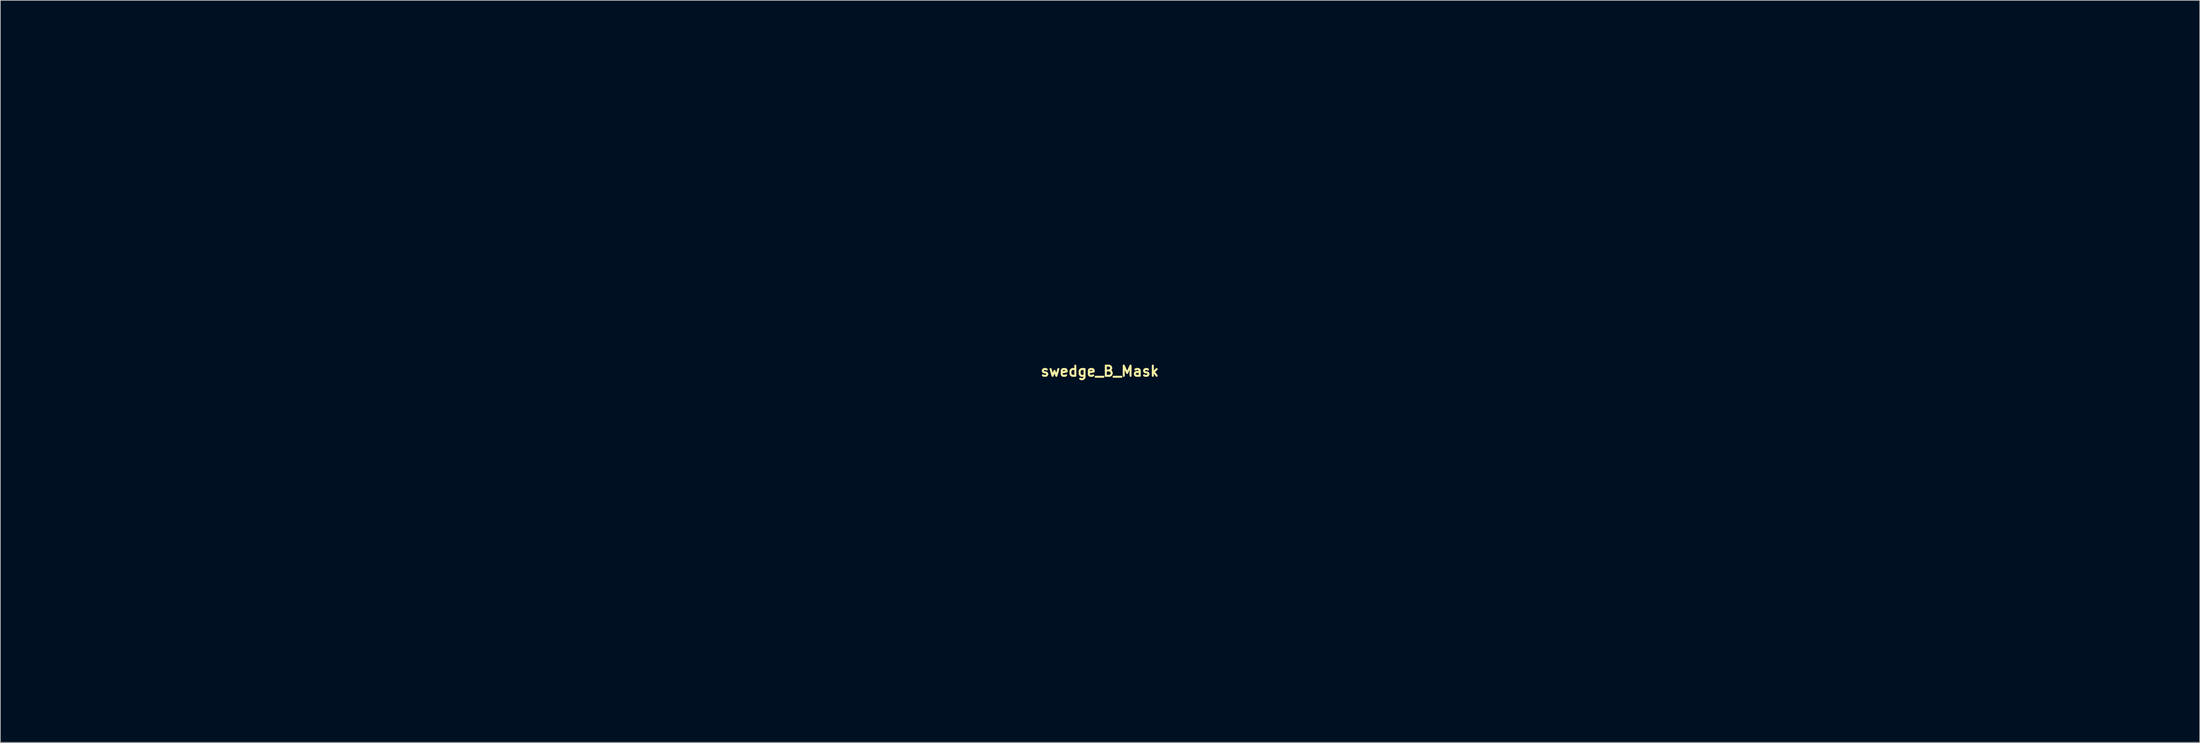
<source format=kicad_pcb>
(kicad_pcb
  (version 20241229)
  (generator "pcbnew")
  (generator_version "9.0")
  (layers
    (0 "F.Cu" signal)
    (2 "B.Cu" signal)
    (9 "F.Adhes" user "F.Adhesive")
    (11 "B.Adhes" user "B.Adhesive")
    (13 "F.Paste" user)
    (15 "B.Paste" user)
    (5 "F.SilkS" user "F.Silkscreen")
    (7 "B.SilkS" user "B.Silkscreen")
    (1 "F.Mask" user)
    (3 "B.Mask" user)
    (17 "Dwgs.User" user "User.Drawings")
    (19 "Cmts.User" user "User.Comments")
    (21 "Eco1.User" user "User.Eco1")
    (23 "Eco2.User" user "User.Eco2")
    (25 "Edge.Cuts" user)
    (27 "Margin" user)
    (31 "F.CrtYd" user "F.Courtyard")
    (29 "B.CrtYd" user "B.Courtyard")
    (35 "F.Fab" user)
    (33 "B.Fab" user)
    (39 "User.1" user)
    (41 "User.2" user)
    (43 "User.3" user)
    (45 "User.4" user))
  (footprint "swedge_B_Mask"
    (layer "F.Cu")
    (at 161.711 52.615)
    (property "Reference" "swedge_B_Mask" (at 0 0 0) (layer "F.SilkS") (effects (font (size 1.524 1.524) (thickness 0.3))))
    (attr through_hole)
    (fp_poly (pts (xy 12.446 52.663) (xy -28.702 52.663) (xy -28.702 35.56) (xy 12.446 35.56) (xy 12.446 52.663)) (stroke (width 0.01) (type solid)) (fill yes) (layer "B.Mask"))
    (fp_poly (pts (xy -134.008 -41.306) (xy -133.358 -41.303) (xy -132.595 -41.3) (xy -131.731 -41.295) (xy -130.778 -41.289) (xy -129.746 -41.282) (xy -128.647 -41.274) (xy -127.492 -41.265) (xy -126.741 -41.259) (xy -118.253 -41.19) (xy -118.272 -32.727) (xy -118.275 -31.544) (xy -118.279 -30.409) (xy -118.283 -29.333) (xy -118.288 -28.327) (xy -118.294 -27.404) (xy -118.299 -26.575) (xy -118.305 -25.85) (xy -118.311 -25.243) (xy -118.317 -24.763) (xy -118.323 -24.423) (xy -118.329 -24.233) (xy -118.333 -24.197) (xy -118.426 -24.178) (xy -118.663 -24.164) (xy -119.021 -24.154) (xy -119.475 -24.148) (xy -120.001 -24.148) (xy -120.295 -24.151) (xy -120.696 -24.154) (xy -121.249 -24.158) (xy -121.934 -24.163) (xy -122.733 -24.167) (xy -123.628 -24.172) (xy -124.601 -24.177) (xy -125.633 -24.181) (xy -126.706 -24.186) (xy -127.802 -24.19) (xy -128.812 -24.193) (xy -135.407 -24.216) (xy -135.345 -32.745) (xy -135.336 -33.932) (xy -135.327 -35.07) (xy -135.318 -36.149) (xy -135.309 -37.156) (xy -135.3 -38.081) (xy -135.291 -38.912) (xy -135.284 -39.638) (xy -135.276 -40.247) (xy -135.269 -40.729) (xy -135.264 -41.071) (xy -135.259 -41.263) (xy -135.256 -41.302) (xy -135.169 -41.305) (xy -134.925 -41.306) (xy -134.534 -41.307) (xy -134.008 -41.306)) (stroke (width 0.01) (type solid)) (fill yes) (layer "B.Mask"))
    (fp_poly (pts (xy 116.576 -41.29) (xy 117.301 -41.288) (xy 117.911 -41.285) (xy 118.392 -41.28) (xy 118.734 -41.273) (xy 118.925 -41.265) (xy 118.962 -41.259) (xy 118.974 -41.165) (xy 118.985 -40.916) (xy 118.995 -40.526) (xy 119.004 -40.01) (xy 119.013 -39.379) (xy 119.02 -38.65) (xy 119.027 -37.834) (xy 119.034 -36.947) (xy 119.039 -36.002) (xy 119.043 -35.013) (xy 119.047 -33.993) (xy 119.049 -32.957) (xy 119.051 -31.918) (xy 119.051 -30.891) (xy 119.051 -29.888) (xy 119.049 -28.924) (xy 119.047 -28.012) (xy 119.043 -27.167) (xy 119.039 -26.402) (xy 119.033 -25.732) (xy 119.026 -25.169) (xy 119.017 -24.727) (xy 119.008 -24.422) (xy 118.997 -24.265) (xy 118.992 -24.247) (xy 118.898 -24.244) (xy 118.647 -24.241) (xy 118.249 -24.236) (xy 117.716 -24.232) (xy 117.06 -24.227) (xy 116.292 -24.221) (xy 115.423 -24.216) (xy 114.466 -24.21) (xy 113.432 -24.204) (xy 112.331 -24.198) (xy 111.176 -24.192) (xy 110.483 -24.189) (xy 102.051 -24.15) (xy 101.995 -29.996) (xy 101.985 -31.069) (xy 101.976 -32.163) (xy 101.967 -33.254) (xy 101.959 -34.32) (xy 101.952 -35.338) (xy 101.947 -36.283) (xy 101.943 -37.132) (xy 101.94 -37.862) (xy 101.939 -38.45) (xy 101.939 -38.524) (xy 101.939 -41.206) (xy 110.417 -41.267) (xy 111.601 -41.275) (xy 112.737 -41.281) (xy 113.814 -41.286) (xy 114.821 -41.289) (xy 115.745 -41.29) (xy 116.576 -41.29)) (stroke (width 0.01) (type solid)) (fill yes) (layer "B.Mask"))
    (fp_poly (pts (xy 62.467 -8.258) (xy 62.486 -8.169) (xy 62.528 -7.927) (xy 62.59 -7.545) (xy 62.67 -7.037) (xy 62.766 -6.416) (xy 62.877 -5.696) (xy 63 -4.892) (xy 63.133 -4.016) (xy 63.274 -3.082) (xy 63.421 -2.105) (xy 63.572 -1.097) (xy 63.725 -0.072) (xy 63.878 0.955) (xy 64.029 1.972) (xy 64.176 2.964) (xy 64.317 3.918) (xy 64.449 4.819) (xy 64.571 5.656) (xy 64.68 6.413) (xy 64.776 7.077) (xy 64.854 7.634) (xy 64.915 8.071) (xy 64.955 8.374) (xy 64.972 8.529) (xy 64.972 8.547) (xy 64.886 8.563) (xy 64.644 8.603) (xy 64.258 8.664) (xy 63.739 8.745) (xy 63.101 8.844) (xy 62.353 8.959) (xy 61.508 9.088) (xy 60.578 9.229) (xy 59.575 9.382) (xy 58.509 9.543) (xy 57.394 9.711) (xy 56.24 9.885) (xy 55.059 10.063) (xy 53.864 10.242) (xy 52.665 10.421) (xy 51.475 10.599) (xy 50.305 10.773) (xy 49.168 10.942) (xy 48.472 11.045) (xy 48.133 11.095) (xy 46.879 2.7) (xy 46.704 1.528) (xy 46.539 0.404) (xy 46.383 -0.662) (xy 46.239 -1.657) (xy 46.108 -2.572) (xy 45.993 -3.393) (xy 45.893 -4.111) (xy 45.812 -4.714) (xy 45.75 -5.191) (xy 45.71 -5.529) (xy 45.692 -5.719) (xy 45.693 -5.757) (xy 45.785 -5.778) (xy 46.031 -5.821) (xy 46.416 -5.885) (xy 46.927 -5.967) (xy 47.55 -6.065) (xy 48.271 -6.177) (xy 49.078 -6.301) (xy 49.955 -6.435) (xy 50.889 -6.577) (xy 51.868 -6.724) (xy 52.876 -6.876) (xy 53.9 -7.029) (xy 54.926 -7.182) (xy 55.942 -7.332) (xy 56.932 -7.478) (xy 57.883 -7.618) (xy 58.782 -7.749) (xy 59.615 -7.87) (xy 60.368 -7.978) (xy 61.027 -8.072) (xy 61.579 -8.149) (xy 62.009 -8.207) (xy 62.305 -8.244) (xy 62.453 -8.259) (xy 62.467 -8.258)) (stroke (width 0.01) (type solid)) (fill yes) (layer "B.Mask"))
    (fp_poly (pts (xy 83.699 -45.674) (xy 84.213 -45.67) (xy 84.841 -45.662) (xy 85.568 -45.652) (xy 86.382 -45.64) (xy 87.268 -45.626) (xy 88.212 -45.611) (xy 89.2 -45.594) (xy 90.22 -45.576) (xy 91.256 -45.557) (xy 92.295 -45.537) (xy 93.323 -45.517) (xy 94.326 -45.497) (xy 95.29 -45.477) (xy 96.202 -45.457) (xy 97.047 -45.439) (xy 97.812 -45.421) (xy 98.483 -45.404) (xy 99.046 -45.389) (xy 99.487 -45.375) (xy 99.792 -45.364) (xy 99.947 -45.355) (xy 99.965 -45.352) (xy 99.969 -45.263) (xy 99.97 -45.017) (xy 99.968 -44.624) (xy 99.963 -44.096) (xy 99.956 -43.444) (xy 99.946 -42.68) (xy 99.933 -41.815) (xy 99.919 -40.861) (xy 99.902 -39.829) (xy 99.884 -38.731) (xy 99.863 -37.577) (xy 99.85 -36.858) (xy 99.695 -28.406) (xy 97.578 -28.397) (xy 97.138 -28.397) (xy 96.547 -28.4) (xy 95.826 -28.407) (xy 94.994 -28.416) (xy 94.071 -28.428) (xy 93.076 -28.443) (xy 92.028 -28.459) (xy 90.947 -28.477) (xy 89.853 -28.496) (xy 89.069 -28.511) (xy 88.045 -28.531) (xy 87.07 -28.551) (xy 86.159 -28.57) (xy 85.324 -28.588) (xy 84.579 -28.605) (xy 83.936 -28.62) (xy 83.409 -28.634) (xy 83.01 -28.645) (xy 82.753 -28.653) (xy 82.652 -28.659) (xy 82.651 -28.66) (xy 82.647 -28.747) (xy 82.647 -28.99) (xy 82.65 -29.375) (xy 82.655 -29.887) (xy 82.664 -30.513) (xy 82.675 -31.24) (xy 82.688 -32.052) (xy 82.703 -32.937) (xy 82.72 -33.881) (xy 82.737 -34.869) (xy 82.756 -35.888) (xy 82.776 -36.924) (xy 82.796 -37.964) (xy 82.817 -38.993) (xy 82.837 -39.997) (xy 82.857 -40.963) (xy 82.877 -41.877) (xy 82.896 -42.724) (xy 82.914 -43.492) (xy 82.93 -44.167) (xy 82.945 -44.733) (xy 82.958 -45.179) (xy 82.968 -45.489) (xy 82.977 -45.65) (xy 82.98 -45.67) (xy 83.069 -45.675) (xy 83.313 -45.676) (xy 83.699 -45.674)) (stroke (width 0.01) (type solid)) (fill yes) (layer "B.Mask"))
    (fp_poly (pts (xy -153.59 -40.032) (xy -153.075 -40.027) (xy -152.447 -40.019) (xy -151.718 -40.009) (xy -150.904 -39.996) (xy -150.018 -39.981) (xy -149.073 -39.965) (xy -148.085 -39.946) (xy -147.066 -39.927) (xy -146.03 -39.906) (xy -144.992 -39.885) (xy -143.965 -39.863) (xy -142.963 -39.841) (xy -142 -39.82) (xy -141.091 -39.798) (xy -140.248 -39.778) (xy -139.486 -39.758) (xy -138.818 -39.74) (xy -138.259 -39.723) (xy -137.823 -39.708) (xy -137.523 -39.695) (xy -137.373 -39.684) (xy -137.358 -39.681) (xy -137.352 -39.59) (xy -137.348 -39.341) (xy -137.348 -38.946) (xy -137.351 -38.416) (xy -137.357 -37.762) (xy -137.365 -36.996) (xy -137.377 -36.13) (xy -137.39 -35.174) (xy -137.406 -34.14) (xy -137.424 -33.04) (xy -137.444 -31.885) (xy -137.458 -31.157) (xy -137.615 -22.691) (xy -139.271 -22.703) (xy -139.622 -22.707) (xy -140.125 -22.714) (xy -140.764 -22.724) (xy -141.521 -22.737) (xy -142.378 -22.752) (xy -143.32 -22.769) (xy -144.33 -22.788) (xy -145.389 -22.808) (xy -146.481 -22.83) (xy -147.59 -22.852) (xy -147.762 -22.855) (xy -148.822 -22.878) (xy -149.834 -22.9) (xy -150.783 -22.922) (xy -151.658 -22.944) (xy -152.445 -22.964) (xy -153.133 -22.984) (xy -153.707 -23.001) (xy -154.156 -23.017) (xy -154.467 -23.031) (xy -154.626 -23.041) (xy -154.645 -23.045) (xy -154.65 -23.135) (xy -154.652 -23.38) (xy -154.651 -23.766) (xy -154.646 -24.281) (xy -154.638 -24.909) (xy -154.628 -25.637) (xy -154.616 -26.451) (xy -154.601 -27.337) (xy -154.585 -28.281) (xy -154.568 -29.27) (xy -154.549 -30.29) (xy -154.529 -31.326) (xy -154.508 -32.365) (xy -154.487 -33.392) (xy -154.466 -34.395) (xy -154.446 -35.359) (xy -154.425 -36.271) (xy -154.405 -37.115) (xy -154.386 -37.88) (xy -154.369 -38.55) (xy -154.353 -39.111) (xy -154.339 -39.551) (xy -154.326 -39.855) (xy -154.316 -40.009) (xy -154.313 -40.025) (xy -154.223 -40.031) (xy -153.977 -40.033) (xy -153.59 -40.032)) (stroke (width 0.01) (type solid)) (fill yes) (layer "B.Mask"))
    (fp_poly (pts (xy -154.741 -20.878) (xy -154.499 -20.852) (xy -154.117 -20.806) (xy -153.609 -20.743) (xy -152.988 -20.664) (xy -152.267 -20.572) (xy -151.462 -20.468) (xy -150.584 -20.353) (xy -149.649 -20.231) (xy -148.67 -20.101) (xy -147.66 -19.968) (xy -146.633 -19.831) (xy -145.604 -19.694) (xy -144.585 -19.557) (xy -143.591 -19.423) (xy -142.635 -19.294) (xy -141.731 -19.171) (xy -140.892 -19.057) (xy -140.133 -18.952) (xy -139.468 -18.859) (xy -138.909 -18.78) (xy -138.471 -18.717) (xy -138.167 -18.671) (xy -138.011 -18.644) (xy -137.993 -18.639) (xy -137.996 -18.549) (xy -138.02 -18.303) (xy -138.065 -17.911) (xy -138.127 -17.386) (xy -138.206 -16.739) (xy -138.301 -15.98) (xy -138.41 -15.121) (xy -138.531 -14.174) (xy -138.664 -13.15) (xy -138.806 -12.06) (xy -138.957 -10.916) (xy -139.052 -10.202) (xy -140.167 -1.82) (xy -140.42 -1.806) (xy -140.539 -1.815) (xy -140.813 -1.846) (xy -141.232 -1.896) (xy -141.782 -1.964) (xy -142.454 -2.049) (xy -143.233 -2.149) (xy -144.109 -2.263) (xy -145.07 -2.389) (xy -146.104 -2.525) (xy -147.199 -2.671) (xy -148.344 -2.824) (xy -148.842 -2.891) (xy -149.998 -3.046) (xy -151.106 -3.197) (xy -152.155 -3.339) (xy -153.133 -3.473) (xy -154.029 -3.596) (xy -154.83 -3.707) (xy -155.527 -3.804) (xy -156.106 -3.886) (xy -156.558 -3.951) (xy -156.87 -3.998) (xy -157.03 -4.024) (xy -157.05 -4.029) (xy -157.044 -4.116) (xy -157.018 -4.357) (xy -156.972 -4.738) (xy -156.909 -5.246) (xy -156.831 -5.867) (xy -156.739 -6.587) (xy -156.636 -7.392) (xy -156.523 -8.27) (xy -156.401 -9.205) (xy -156.273 -10.184) (xy -156.141 -11.194) (xy -156.006 -12.221) (xy -155.87 -13.252) (xy -155.735 -14.271) (xy -155.603 -15.266) (xy -155.475 -16.223) (xy -155.353 -17.129) (xy -155.24 -17.969) (xy -155.137 -18.729) (xy -155.045 -19.397) (xy -154.967 -19.958) (xy -154.905 -20.399) (xy -154.86 -20.705) (xy -154.833 -20.864) (xy -154.828 -20.883) (xy -154.741 -20.878)) (stroke (width 0.01) (type solid)) (fill yes) (layer "B.Mask"))
    (fp_poly (pts (xy -97.41 -13.778) (xy -97.168 -13.751) (xy -96.786 -13.705) (xy -96.278 -13.642) (xy -95.657 -13.563) (xy -94.937 -13.47) (xy -94.131 -13.365) (xy -93.254 -13.25) (xy -92.319 -13.127) (xy -91.34 -12.997) (xy -90.33 -12.862) (xy -89.304 -12.725) (xy -88.275 -12.587) (xy -87.256 -12.45) (xy -86.262 -12.315) (xy -85.307 -12.185) (xy -84.403 -12.062) (xy -83.565 -11.946) (xy -82.807 -11.841) (xy -82.142 -11.748) (xy -81.584 -11.669) (xy -81.146 -11.605) (xy -80.843 -11.558) (xy -80.688 -11.532) (xy -80.671 -11.526) (xy -80.674 -11.437) (xy -80.698 -11.191) (xy -80.742 -10.799) (xy -80.804 -10.274) (xy -80.883 -9.627) (xy -80.978 -8.868) (xy -81.088 -8.009) (xy -81.21 -7.063) (xy -81.343 -6.038) (xy -81.486 -4.949) (xy -81.638 -3.804) (xy -81.733 -3.09) (xy -82.854 5.292) (xy -83.104 5.305) (xy -83.222 5.296) (xy -83.496 5.265) (xy -83.914 5.215) (xy -84.464 5.146) (xy -85.135 5.061) (xy -85.914 4.96) (xy -86.79 4.846) (xy -87.751 4.72) (xy -88.785 4.583) (xy -89.879 4.437) (xy -91.024 4.283) (xy -91.525 4.216) (xy -92.681 4.059) (xy -93.789 3.909) (xy -94.838 3.766) (xy -95.816 3.632) (xy -96.712 3.508) (xy -97.514 3.397) (xy -98.211 3.299) (xy -98.791 3.218) (xy -99.242 3.153) (xy -99.554 3.106) (xy -99.715 3.08) (xy -99.735 3.075) (xy -99.73 2.989) (xy -99.703 2.748) (xy -99.657 2.367) (xy -99.594 1.86) (xy -99.515 1.239) (xy -99.423 0.519) (xy -99.319 -0.286) (xy -99.205 -1.163) (xy -99.082 -2.098) (xy -98.954 -3.077) (xy -98.82 -4.087) (xy -98.684 -5.114) (xy -98.547 -6.144) (xy -98.411 -7.164) (xy -98.278 -8.159) (xy -98.15 -9.117) (xy -98.027 -10.022) (xy -97.913 -10.863) (xy -97.809 -11.624) (xy -97.717 -12.292) (xy -97.638 -12.854) (xy -97.575 -13.295) (xy -97.529 -13.603) (xy -97.503 -13.763) (xy -97.497 -13.783) (xy -97.41 -13.778)) (stroke (width 0.01) (type solid)) (fill yes) (layer "B.Mask"))
    (fp_poly (pts (xy -137.728 -3.163) (xy -137.488 -3.121) (xy -137.108 -3.052) (xy -136.604 -2.957) (xy -135.988 -2.841) (xy -135.274 -2.705) (xy -134.475 -2.553) (xy -133.606 -2.386) (xy -132.679 -2.208) (xy -131.708 -2.02) (xy -130.708 -1.827) (xy -129.691 -1.63) (xy -128.671 -1.431) (xy -127.663 -1.235) (xy -126.678 -1.043) (xy -125.732 -0.857) (xy -124.837 -0.682) (xy -124.008 -0.518) (xy -123.257 -0.369) (xy -122.599 -0.238) (xy -122.047 -0.127) (xy -121.614 -0.039) (xy -121.315 0.023) (xy -121.163 0.058) (xy -121.147 0.063) (xy -121.156 0.15) (xy -121.195 0.39) (xy -121.26 0.769) (xy -121.35 1.273) (xy -121.461 1.888) (xy -121.591 2.602) (xy -121.738 3.399) (xy -121.899 4.268) (xy -122.07 5.193) (xy -122.251 6.162) (xy -122.438 7.16) (xy -122.628 8.174) (xy -122.819 9.191) (xy -123.009 10.196) (xy -123.195 11.176) (xy -123.374 12.117) (xy -123.543 13.006) (xy -123.701 13.828) (xy -123.845 14.571) (xy -123.972 15.221) (xy -124.079 15.763) (xy -124.164 16.185) (xy -124.224 16.472) (xy -124.247 16.573) (xy -124.341 16.724) (xy -124.44 16.756) (xy -124.543 16.74) (xy -124.8 16.693) (xy -125.2 16.618) (xy -125.732 16.518) (xy -126.385 16.395) (xy -127.146 16.25) (xy -128.005 16.086) (xy -128.95 15.905) (xy -129.97 15.71) (xy -131.052 15.502) (xy -132.186 15.283) (xy -132.8 15.165) (xy -141.012 13.581) (xy -140.989 13.374) (xy -140.97 13.259) (xy -140.921 12.994) (xy -140.847 12.593) (xy -140.748 12.069) (xy -140.629 11.437) (xy -140.491 10.708) (xy -140.337 9.899) (xy -140.169 9.02) (xy -139.991 8.088) (xy -139.805 7.114) (xy -139.614 6.114) (xy -139.419 5.099) (xy -139.225 4.085) (xy -139.032 3.084) (xy -138.845 2.111) (xy -138.665 1.179) (xy -138.496 0.301) (xy -138.34 -0.509) (xy -138.198 -1.237) (xy -138.075 -1.869) (xy -137.973 -2.392) (xy -137.894 -2.793) (xy -137.841 -3.057) (xy -137.817 -3.171) (xy -137.815 -3.175) (xy -137.728 -3.163)) (stroke (width 0.01) (type solid)) (fill yes) (layer "B.Mask"))
    (fp_poly (pts (xy -73.485 12.659) (xy -72.337 12.946) (xy -71.236 13.223) (xy -70.193 13.485) (xy -69.218 13.731) (xy -68.323 13.958) (xy -67.52 14.162) (xy -66.818 14.341) (xy -66.229 14.492) (xy -65.765 14.613) (xy -65.436 14.7) (xy -65.254 14.75) (xy -65.22 14.762) (xy -65.233 14.849) (xy -65.285 15.09) (xy -65.373 15.472) (xy -65.494 15.985) (xy -65.646 16.619) (xy -65.825 17.361) (xy -66.03 18.201) (xy -66.257 19.127) (xy -66.504 20.129) (xy -66.769 21.196) (xy -67.047 22.316) (xy -67.225 23.026) (xy -67.561 24.372) (xy -67.859 25.562) (xy -68.122 26.607) (xy -68.351 27.516) (xy -68.55 28.299) (xy -68.721 28.964) (xy -68.866 29.521) (xy -68.989 29.979) (xy -69.091 30.349) (xy -69.175 30.639) (xy -69.244 30.859) (xy -69.301 31.018) (xy -69.347 31.125) (xy -69.386 31.191) (xy -69.42 31.224) (xy -69.451 31.234) (xy -69.458 31.234) (xy -69.564 31.213) (xy -69.823 31.153) (xy -70.223 31.057) (xy -70.754 30.929) (xy -71.402 30.77) (xy -72.158 30.584) (xy -73.01 30.373) (xy -73.946 30.141) (xy -74.955 29.89) (xy -76.025 29.623) (xy -77.146 29.342) (xy -77.722 29.197) (xy -78.859 28.912) (xy -79.949 28.638) (xy -80.981 28.378) (xy -81.943 28.136) (xy -82.825 27.913) (xy -83.615 27.714) (xy -84.302 27.54) (xy -84.875 27.395) (xy -85.323 27.281) (xy -85.635 27.201) (xy -85.799 27.157) (xy -85.823 27.15) (xy -85.805 27.069) (xy -85.749 26.836) (xy -85.659 26.466) (xy -85.538 25.973) (xy -85.389 25.369) (xy -85.216 24.668) (xy -85.022 23.883) (xy -84.81 23.029) (xy -84.584 22.119) (xy -84.347 21.165) (xy -84.103 20.182) (xy -83.855 19.183) (xy -83.605 18.181) (xy -83.359 17.191) (xy -83.118 16.225) (xy -82.886 15.296) (xy -82.667 14.42) (xy -82.464 13.608) (xy -82.28 12.874) (xy -82.119 12.233) (xy -81.984 11.696) (xy -81.878 11.279) (xy -81.805 10.994) (xy -81.784 10.911) (xy -81.702 10.604) (xy -73.485 12.659)) (stroke (width 0.01) (type solid)) (fill yes) (layer "B.Mask"))
    (fp_poly (pts (xy 45.112 -47.095) (xy 45.499 -47.089) (xy 46.014 -47.077) (xy 46.643 -47.061) (xy 47.371 -47.04) (xy 48.185 -47.015) (xy 49.072 -46.988) (xy 50.016 -46.957) (xy 51.005 -46.924) (xy 52.024 -46.89) (xy 53.06 -46.854) (xy 54.098 -46.817) (xy 55.125 -46.78) (xy 56.127 -46.743) (xy 57.089 -46.707) (xy 57.999 -46.671) (xy 58.842 -46.638) (xy 59.604 -46.606) (xy 60.272 -46.577) (xy 60.831 -46.551) (xy 61.268 -46.529) (xy 61.569 -46.511) (xy 61.72 -46.497) (xy 61.734 -46.493) (xy 61.741 -46.427) (xy 61.742 -46.243) (xy 61.737 -45.937) (xy 61.728 -45.506) (xy 61.713 -44.947) (xy 61.693 -44.255) (xy 61.667 -43.428) (xy 61.636 -42.462) (xy 61.599 -41.354) (xy 61.555 -40.099) (xy 61.506 -38.695) (xy 61.45 -37.137) (xy 61.389 -35.424) (xy 61.32 -33.55) (xy 61.246 -31.512) (xy 61.197 -30.184) (xy 61.172 -29.506) (xy 60.791 -29.494) (xy 60.652 -29.496) (xy 60.357 -29.503) (xy 59.918 -29.516) (xy 59.346 -29.534) (xy 58.654 -29.556) (xy 57.855 -29.583) (xy 56.96 -29.614) (xy 55.983 -29.648) (xy 54.934 -29.685) (xy 53.828 -29.724) (xy 52.676 -29.766) (xy 52.324 -29.779) (xy 51.169 -29.822) (xy 50.061 -29.864) (xy 49.014 -29.905) (xy 48.038 -29.945) (xy 47.145 -29.982) (xy 46.347 -30.016) (xy 45.656 -30.047) (xy 45.083 -30.074) (xy 44.64 -30.097) (xy 44.339 -30.115) (xy 44.191 -30.128) (xy 44.178 -30.131) (xy 44.172 -30.222) (xy 44.172 -30.468) (xy 44.178 -30.855) (xy 44.19 -31.37) (xy 44.206 -31.999) (xy 44.227 -32.727) (xy 44.251 -33.541) (xy 44.278 -34.427) (xy 44.309 -35.372) (xy 44.342 -36.36) (xy 44.376 -37.379) (xy 44.412 -38.415) (xy 44.449 -39.453) (xy 44.486 -40.48) (xy 44.523 -41.482) (xy 44.56 -42.445) (xy 44.595 -43.354) (xy 44.629 -44.197) (xy 44.661 -44.96) (xy 44.69 -45.628) (xy 44.716 -46.187) (xy 44.739 -46.624) (xy 44.757 -46.925) (xy 44.771 -47.076) (xy 44.775 -47.091) (xy 44.866 -47.096) (xy 45.112 -47.095)) (stroke (width 0.01) (type solid)) (fill yes) (layer "B.Mask"))
    (fp_poly (pts (xy -135.388 -22.107) (xy -135.144 -22.086) (xy -134.759 -22.049) (xy -134.247 -21.997) (xy -133.622 -21.931) (xy -132.898 -21.853) (xy -132.089 -21.764) (xy -131.207 -21.666) (xy -130.269 -21.561) (xy -129.286 -21.45) (xy -128.273 -21.335) (xy -127.243 -21.217) (xy -126.211 -21.098) (xy -125.19 -20.98) (xy -124.194 -20.864) (xy -123.237 -20.751) (xy -122.332 -20.644) (xy -121.493 -20.543) (xy -120.735 -20.452) (xy -120.07 -20.37) (xy -119.514 -20.299) (xy -119.078 -20.242) (xy -118.778 -20.2) (xy -118.627 -20.174) (xy -118.612 -20.169) (xy -118.614 -20.078) (xy -118.635 -19.831) (xy -118.673 -19.438) (xy -118.727 -18.911) (xy -118.795 -18.262) (xy -118.877 -17.503) (xy -118.972 -16.644) (xy -119.077 -15.697) (xy -119.193 -14.674) (xy -119.316 -13.585) (xy -119.447 -12.444) (xy -119.516 -11.853) (xy -119.651 -10.687) (xy -119.78 -9.567) (xy -119.902 -8.504) (xy -120.017 -7.511) (xy -120.121 -6.599) (xy -120.215 -5.78) (xy -120.296 -5.065) (xy -120.364 -4.465) (xy -120.417 -3.994) (xy -120.454 -3.662) (xy -120.474 -3.48) (xy -120.476 -3.45) (xy -120.487 -3.395) (xy -120.528 -3.354) (xy -120.614 -3.328) (xy -120.762 -3.318) (xy -120.987 -3.324) (xy -121.305 -3.348) (xy -121.733 -3.39) (xy -122.286 -3.451) (xy -122.981 -3.532) (xy -123.529 -3.597) (xy -124.027 -3.655) (xy -124.672 -3.731) (xy -125.441 -3.821) (xy -126.313 -3.922) (xy -127.265 -4.032) (xy -128.276 -4.149) (xy -129.323 -4.27) (xy -130.385 -4.392) (xy -131.439 -4.513) (xy -131.636 -4.536) (xy -137.414 -5.198) (xy -137.414 -5.41) (xy -137.404 -5.541) (xy -137.377 -5.823) (xy -137.333 -6.241) (xy -137.275 -6.783) (xy -137.203 -7.434) (xy -137.12 -8.18) (xy -137.026 -9.007) (xy -136.925 -9.902) (xy -136.817 -10.851) (xy -136.703 -11.84) (xy -136.587 -12.854) (xy -136.468 -13.881) (xy -136.349 -14.906) (xy -136.231 -15.916) (xy -136.116 -16.896) (xy -136.006 -17.833) (xy -135.902 -18.713) (xy -135.805 -19.521) (xy -135.718 -20.245) (xy -135.642 -20.871) (xy -135.578 -21.383) (xy -135.529 -21.77) (xy -135.495 -22.016) (xy -135.479 -22.108) (xy -135.479 -22.108) (xy -135.388 -22.107)) (stroke (width 0.01) (type solid)) (fill yes) (layer "B.Mask"))
    (fp_poly (pts (xy -96.401 -32.917) (xy -96.018 -32.907) (xy -95.508 -32.892) (xy -94.883 -32.872) (xy -94.159 -32.849) (xy -93.348 -32.822) (xy -92.464 -32.793) (xy -91.522 -32.761) (xy -90.535 -32.727) (xy -89.517 -32.692) (xy -88.481 -32.656) (xy -87.442 -32.619) (xy -86.413 -32.582) (xy -85.408 -32.546) (xy -84.442 -32.511) (xy -83.527 -32.477) (xy -82.677 -32.446) (xy -81.907 -32.417) (xy -81.23 -32.39) (xy -80.66 -32.368) (xy -80.211 -32.349) (xy -79.896 -32.334) (xy -79.73 -32.325) (xy -79.707 -32.322) (xy -79.706 -32.236) (xy -79.712 -31.992) (xy -79.723 -31.603) (xy -79.739 -31.079) (xy -79.759 -30.433) (xy -79.784 -29.675) (xy -79.813 -28.819) (xy -79.845 -27.875) (xy -79.88 -26.855) (xy -79.918 -25.771) (xy -79.959 -24.634) (xy -79.972 -24.256) (xy -80.014 -23.094) (xy -80.053 -21.973) (xy -80.091 -20.905) (xy -80.126 -19.903) (xy -80.158 -18.98) (xy -80.186 -18.148) (xy -80.211 -17.42) (xy -80.231 -16.808) (xy -80.247 -16.324) (xy -80.257 -15.981) (xy -80.262 -15.792) (xy -80.262 -15.769) (xy -80.264 -15.325) (xy -81.428 -15.336) (xy -81.691 -15.341) (xy -82.108 -15.352) (xy -82.665 -15.368) (xy -83.346 -15.389) (xy -84.137 -15.414) (xy -85.023 -15.443) (xy -85.989 -15.476) (xy -87.02 -15.511) (xy -88.101 -15.549) (xy -89.218 -15.589) (xy -89.933 -15.615) (xy -91.033 -15.655) (xy -92.083 -15.694) (xy -93.072 -15.732) (xy -93.988 -15.768) (xy -94.817 -15.802) (xy -95.549 -15.832) (xy -96.171 -15.859) (xy -96.67 -15.882) (xy -97.034 -15.9) (xy -97.251 -15.914) (xy -97.311 -15.921) (xy -97.313 -16.008) (xy -97.308 -16.251) (xy -97.299 -16.635) (xy -97.285 -17.147) (xy -97.267 -17.773) (xy -97.244 -18.499) (xy -97.219 -19.311) (xy -97.19 -20.195) (xy -97.16 -21.138) (xy -97.127 -22.126) (xy -97.092 -23.145) (xy -97.057 -24.18) (xy -97.022 -25.219) (xy -96.986 -26.247) (xy -96.95 -27.251) (xy -96.916 -28.216) (xy -96.883 -29.13) (xy -96.852 -29.977) (xy -96.823 -30.745) (xy -96.797 -31.418) (xy -96.774 -31.985) (xy -96.755 -32.43) (xy -96.741 -32.74) (xy -96.731 -32.901) (xy -96.728 -32.921) (xy -96.642 -32.922) (xy -96.401 -32.917)) (stroke (width 0.01) (type solid)) (fill yes) (layer "B.Mask"))
    (fp_poly (pts (xy -61.053 -47.111) (xy -61.044 -47.023) (xy -61.03 -46.779) (xy -61.012 -46.393) (xy -60.989 -45.88) (xy -60.963 -45.254) (xy -60.934 -44.527) (xy -60.903 -43.714) (xy -60.869 -42.829) (xy -60.834 -41.886) (xy -60.798 -40.898) (xy -60.762 -39.879) (xy -60.725 -38.844) (xy -60.689 -37.805) (xy -60.653 -36.777) (xy -60.619 -35.774) (xy -60.587 -34.809) (xy -60.557 -33.896) (xy -60.53 -33.05) (xy -60.506 -32.283) (xy -60.486 -31.61) (xy -60.47 -31.045) (xy -60.459 -30.602) (xy -60.453 -30.293) (xy -60.453 -30.134) (xy -60.455 -30.115) (xy -60.544 -30.107) (xy -60.79 -30.094) (xy -61.181 -30.076) (xy -61.705 -30.054) (xy -62.351 -30.028) (xy -63.106 -29.998) (xy -63.959 -29.966) (xy -64.897 -29.931) (xy -65.909 -29.895) (xy -66.983 -29.856) (xy -68.107 -29.817) (xy -68.199 -29.814) (xy -69.346 -29.774) (xy -70.458 -29.735) (xy -71.522 -29.697) (xy -72.524 -29.661) (xy -73.452 -29.626) (xy -74.29 -29.595) (xy -75.026 -29.567) (xy -75.647 -29.542) (xy -76.138 -29.522) (xy -76.487 -29.507) (xy -76.675 -29.497) (xy -77.447 -29.446) (xy -77.502 -30.534) (xy -77.518 -30.881) (xy -77.538 -31.358) (xy -77.561 -31.951) (xy -77.588 -32.646) (xy -77.618 -33.43) (xy -77.649 -34.287) (xy -77.683 -35.205) (xy -77.717 -36.167) (xy -77.752 -37.162) (xy -77.788 -38.173) (xy -77.823 -39.188) (xy -77.857 -40.192) (xy -77.89 -41.17) (xy -77.922 -42.11) (xy -77.951 -42.995) (xy -77.977 -43.814) (xy -78 -44.551) (xy -78.02 -45.192) (xy -78.035 -45.722) (xy -78.046 -46.129) (xy -78.052 -46.398) (xy -78.052 -46.514) (xy -78.051 -46.518) (xy -77.963 -46.526) (xy -77.719 -46.539) (xy -77.334 -46.556) (xy -76.821 -46.578) (xy -76.194 -46.603) (xy -75.468 -46.631) (xy -74.655 -46.662) (xy -73.77 -46.695) (xy -72.827 -46.729) (xy -71.839 -46.765) (xy -70.82 -46.801) (xy -69.785 -46.838) (xy -68.746 -46.874) (xy -67.718 -46.909) (xy -66.715 -46.943) (xy -65.75 -46.975) (xy -64.837 -47.006) (xy -63.99 -47.033) (xy -63.223 -47.057) (xy -62.55 -47.078) (xy -61.985 -47.094) (xy -61.541 -47.105) (xy -61.232 -47.112) (xy -61.072 -47.113) (xy -61.053 -47.111)) (stroke (width 0.01) (type solid)) (fill yes) (layer "B.Mask"))
    (fp_poly (pts (xy 158.663 -15.201) (xy 158.711 -14.964) (xy 158.784 -14.588) (xy 158.881 -14.086) (xy 158.999 -13.472) (xy 159.134 -12.76) (xy 159.286 -11.962) (xy 159.45 -11.094) (xy 159.625 -10.167) (xy 159.808 -9.196) (xy 159.996 -8.195) (xy 160.187 -7.176) (xy 160.378 -6.154) (xy 160.568 -5.142) (xy 160.752 -4.153) (xy 160.93 -3.201) (xy 161.097 -2.301) (xy 161.252 -1.464) (xy 161.392 -0.705) (xy 161.515 -0.037) (xy 161.618 0.525) (xy 161.698 0.969) (xy 161.754 1.282) (xy 161.781 1.448) (xy 161.784 1.473) (xy 161.698 1.491) (xy 161.458 1.538) (xy 161.076 1.611) (xy 160.562 1.709) (xy 159.93 1.83) (xy 159.191 1.97) (xy 158.357 2.127) (xy 157.439 2.3) (xy 156.451 2.486) (xy 155.403 2.683) (xy 154.39 2.873) (xy 153.271 3.083) (xy 152.181 3.288) (xy 151.134 3.484) (xy 150.145 3.67) (xy 149.226 3.842) (xy 148.394 3.998) (xy 147.66 4.136) (xy 147.04 4.253) (xy 146.548 4.346) (xy 146.197 4.412) (xy 146.033 4.443) (xy 145.042 4.631) (xy 144.997 4.411) (xy 144.949 4.168) (xy 144.875 3.786) (xy 144.778 3.279) (xy 144.661 2.661) (xy 144.526 1.946) (xy 144.375 1.146) (xy 144.212 0.276) (xy 144.038 -0.651) (xy 143.856 -1.622) (xy 143.67 -2.622) (xy 143.48 -3.638) (xy 143.29 -4.656) (xy 143.103 -5.664) (xy 142.921 -6.646) (xy 142.746 -7.59) (xy 142.581 -8.482) (xy 142.428 -9.309) (xy 142.29 -10.056) (xy 142.17 -10.711) (xy 142.07 -11.259) (xy 141.993 -11.687) (xy 141.941 -11.981) (xy 141.916 -12.128) (xy 141.915 -12.142) (xy 142.001 -12.161) (xy 142.239 -12.209) (xy 142.617 -12.282) (xy 143.12 -12.378) (xy 143.735 -12.496) (xy 144.448 -12.631) (xy 145.246 -12.783) (xy 146.115 -12.947) (xy 147.042 -13.122) (xy 148.013 -13.305) (xy 149.014 -13.494) (xy 150.032 -13.685) (xy 151.053 -13.877) (xy 152.064 -14.067) (xy 153.051 -14.252) (xy 154.001 -14.429) (xy 154.9 -14.597) (xy 155.734 -14.753) (xy 156.49 -14.893) (xy 157.154 -15.016) (xy 157.713 -15.12) (xy 158.153 -15.2) (xy 158.46 -15.255) (xy 158.622 -15.283) (xy 158.643 -15.286) (xy 158.663 -15.201)) (stroke (width 0.01) (type solid)) (fill yes) (layer "B.Mask"))
    (fp_poly (pts (xy -100.057 5.216) (xy -99.819 5.266) (xy -99.444 5.349) (xy -98.945 5.463) (xy -98.335 5.603) (xy -97.628 5.767) (xy -96.838 5.952) (xy -95.977 6.154) (xy -95.059 6.37) (xy -94.098 6.597) (xy -93.108 6.832) (xy -92.101 7.071) (xy -91.091 7.312) (xy -90.092 7.55) (xy -89.117 7.784) (xy -88.179 8.009) (xy -87.293 8.223) (xy -86.471 8.422) (xy -85.728 8.603) (xy -85.076 8.763) (xy -84.529 8.898) (xy -84.1 9.006) (xy -83.803 9.083) (xy -83.652 9.126) (xy -83.636 9.133) (xy -83.649 9.219) (xy -83.698 9.456) (xy -83.781 9.831) (xy -83.894 10.33) (xy -84.033 10.94) (xy -84.196 11.647) (xy -84.38 12.438) (xy -84.581 13.299) (xy -84.796 14.217) (xy -85.023 15.179) (xy -85.256 16.171) (xy -85.495 17.179) (xy -85.734 18.19) (xy -85.972 19.191) (xy -86.205 20.168) (xy -86.43 21.108) (xy -86.643 21.997) (xy -86.842 22.822) (xy -87.023 23.569) (xy -87.182 24.225) (xy -87.318 24.776) (xy -87.427 25.21) (xy -87.504 25.511) (xy -87.549 25.668) (xy -87.557 25.687) (xy -87.641 25.672) (xy -87.88 25.619) (xy -88.261 25.531) (xy -88.773 25.412) (xy -89.406 25.264) (xy -90.148 25.089) (xy -90.988 24.89) (xy -91.916 24.67) (xy -92.92 24.431) (xy -93.988 24.176) (xy -95.111 23.908) (xy -95.838 23.733) (xy -96.989 23.457) (xy -98.093 23.192) (xy -99.138 22.94) (xy -100.114 22.705) (xy -101.01 22.489) (xy -101.814 22.295) (xy -102.515 22.125) (xy -103.104 21.982) (xy -103.567 21.869) (xy -103.895 21.788) (xy -104.076 21.742) (xy -104.11 21.733) (xy -104.095 21.649) (xy -104.043 21.414) (xy -103.957 21.041) (xy -103.841 20.544) (xy -103.698 19.936) (xy -103.532 19.231) (xy -103.345 18.442) (xy -103.14 17.583) (xy -102.922 16.666) (xy -102.693 15.706) (xy -102.456 14.716) (xy -102.214 13.709) (xy -101.972 12.699) (xy -101.731 11.7) (xy -101.496 10.723) (xy -101.269 9.785) (xy -101.055 8.896) (xy -100.855 8.072) (xy -100.673 7.325) (xy -100.512 6.669) (xy -100.377 6.118) (xy -100.269 5.684) (xy -100.192 5.381) (xy -100.15 5.224) (xy -100.143 5.203) (xy -100.057 5.216)) (stroke (width 0.01) (type solid)) (fill yes) (layer "B.Mask"))
    (fp_poly (pts (xy -99.472 -45.658) (xy -99.314 -45.654) (xy -99.296 -45.651) (xy -99.285 -45.559) (xy -99.273 -45.313) (xy -99.258 -44.924) (xy -99.241 -44.408) (xy -99.223 -43.778) (xy -99.204 -43.049) (xy -99.184 -42.233) (xy -99.163 -41.346) (xy -99.142 -40.401) (xy -99.121 -39.411) (xy -99.1 -38.391) (xy -99.079 -37.355) (xy -99.059 -36.316) (xy -99.04 -35.289) (xy -99.023 -34.287) (xy -99.006 -33.325) (xy -98.992 -32.415) (xy -98.979 -31.573) (xy -98.969 -30.811) (xy -98.962 -30.144) (xy -98.957 -29.586) (xy -98.956 -29.151) (xy -98.957 -28.852) (xy -98.963 -28.704) (xy -98.966 -28.69) (xy -99.055 -28.682) (xy -99.298 -28.672) (xy -99.683 -28.659) (xy -100.195 -28.644) (xy -100.82 -28.627) (xy -101.544 -28.609) (xy -102.352 -28.59) (xy -103.23 -28.57) (xy -104.166 -28.55) (xy -105.143 -28.529) (xy -106.149 -28.508) (xy -107.168 -28.487) (xy -108.188 -28.467) (xy -109.193 -28.448) (xy -110.171 -28.43) (xy -111.106 -28.414) (xy -111.984 -28.399) (xy -112.792 -28.387) (xy -113.515 -28.376) (xy -114.139 -28.368) (xy -114.651 -28.363) (xy -115.035 -28.362) (xy -115.083 -28.362) (xy -115.993 -28.363) (xy -115.998 -29.02) (xy -116 -29.2) (xy -116.006 -29.536) (xy -116.014 -30.016) (xy -116.025 -30.625) (xy -116.038 -31.351) (xy -116.053 -32.181) (xy -116.071 -33.101) (xy -116.089 -34.099) (xy -116.11 -35.16) (xy -116.131 -36.273) (xy -116.153 -37.424) (xy -116.155 -37.507) (xy -116.177 -38.644) (xy -116.197 -39.731) (xy -116.216 -40.757) (xy -116.233 -41.711) (xy -116.248 -42.581) (xy -116.261 -43.354) (xy -116.271 -44.019) (xy -116.279 -44.565) (xy -116.284 -44.978) (xy -116.287 -45.248) (xy -116.286 -45.363) (xy -116.285 -45.366) (xy -116.197 -45.374) (xy -115.954 -45.385) (xy -115.569 -45.397) (xy -115.056 -45.41) (xy -114.429 -45.425) (xy -113.702 -45.442) (xy -112.889 -45.459) (xy -112.004 -45.476) (xy -111.06 -45.494) (xy -110.072 -45.512) (xy -109.053 -45.53) (xy -108.017 -45.548) (xy -106.978 -45.566) (xy -105.95 -45.582) (xy -104.947 -45.598) (xy -103.982 -45.612) (xy -103.069 -45.625) (xy -102.223 -45.636) (xy -101.457 -45.645) (xy -100.785 -45.652) (xy -100.221 -45.657) (xy -99.779 -45.659) (xy -99.472 -45.658)) (stroke (width 0.01) (type solid)) (fill yes) (layer "B.Mask"))
    (fp_poly (pts (xy -46.675 29.308) (xy -46.437 29.363) (xy -46.063 29.455) (xy -45.565 29.582) (xy -44.958 29.738) (xy -44.254 29.921) (xy -43.468 30.127) (xy -42.612 30.353) (xy -41.7 30.594) (xy -40.745 30.848) (xy -39.761 31.11) (xy -38.76 31.378) (xy -37.758 31.647) (xy -36.766 31.914) (xy -35.799 32.175) (xy -34.869 32.427) (xy -33.991 32.666) (xy -33.177 32.888) (xy -32.441 33.091) (xy -31.796 33.269) (xy -31.256 33.421) (xy -30.834 33.542) (xy -30.544 33.628) (xy -30.398 33.676) (xy -30.384 33.683) (xy -30.397 33.773) (xy -30.45 34.011) (xy -30.542 34.386) (xy -30.668 34.884) (xy -30.825 35.491) (xy -31.009 36.195) (xy -31.216 36.981) (xy -31.444 37.836) (xy -31.687 38.748) (xy -31.943 39.703) (xy -32.208 40.687) (xy -32.479 41.687) (xy -32.751 42.69) (xy -33.021 43.682) (xy -33.286 44.651) (xy -33.542 45.583) (xy -33.785 46.464) (xy -34.012 47.281) (xy -34.219 48.021) (xy -34.403 48.67) (xy -34.559 49.216) (xy -34.685 49.645) (xy -34.776 49.943) (xy -34.829 50.097) (xy -34.84 50.116) (xy -34.932 50.094) (xy -35.176 50.03) (xy -35.562 49.927) (xy -36.077 49.79) (xy -36.712 49.62) (xy -37.454 49.421) (xy -38.293 49.195) (xy -39.217 48.946) (xy -40.216 48.676) (xy -41.279 48.389) (xy -42.393 48.087) (xy -43.052 47.909) (xy -44.19 47.6) (xy -45.282 47.304) (xy -46.315 47.023) (xy -47.28 46.761) (xy -48.164 46.52) (xy -48.958 46.303) (xy -49.65 46.114) (xy -50.229 45.955) (xy -50.683 45.829) (xy -51.003 45.74) (xy -51.177 45.69) (xy -51.207 45.68) (xy -51.19 45.596) (xy -51.133 45.361) (xy -51.037 44.989) (xy -50.908 44.495) (xy -50.749 43.89) (xy -50.562 43.19) (xy -50.353 42.406) (xy -50.124 41.552) (xy -49.88 40.642) (xy -49.623 39.689) (xy -49.357 38.706) (xy -49.087 37.707) (xy -48.815 36.705) (xy -48.545 35.713) (xy -48.281 34.746) (xy -48.027 33.815) (xy -47.786 32.935) (xy -47.562 32.119) (xy -47.358 31.38) (xy -47.178 30.732) (xy -47.026 30.187) (xy -46.904 29.76) (xy -46.818 29.464) (xy -46.771 29.312) (xy -46.763 29.294) (xy -46.675 29.308)) (stroke (width 0.01) (type solid)) (fill yes) (layer "B.Mask"))
    (fp_poly (pts (xy 30.421 29.308) (xy 30.479 29.452) (xy 30.563 29.702) (xy 30.675 30.062) (xy 30.817 30.54) (xy 30.99 31.14) (xy 31.196 31.87) (xy 31.436 32.735) (xy 31.713 33.74) (xy 32.029 34.893) (xy 32.384 36.199) (xy 32.692 37.338) (xy 33 38.476) (xy 33.295 39.569) (xy 33.573 40.606) (xy 33.833 41.576) (xy 34.071 42.467) (xy 34.285 43.269) (xy 34.47 43.969) (xy 34.625 44.557) (xy 34.746 45.021) (xy 34.83 45.351) (xy 34.875 45.534) (xy 34.881 45.569) (xy 34.81 45.691) (xy 34.584 45.792) (xy 34.523 45.809) (xy 34.391 45.845) (xy 34.107 45.921) (xy 33.683 46.035) (xy 33.132 46.184) (xy 32.464 46.364) (xy 31.693 46.572) (xy 30.83 46.805) (xy 29.886 47.059) (xy 28.874 47.332) (xy 27.805 47.621) (xy 26.692 47.921) (xy 26.35 48.014) (xy 25.234 48.315) (xy 24.166 48.603) (xy 23.155 48.875) (xy 22.214 49.129) (xy 21.353 49.36) (xy 20.584 49.567) (xy 19.919 49.746) (xy 19.367 49.893) (xy 18.942 50.007) (xy 18.654 50.083) (xy 18.513 50.12) (xy 18.501 50.123) (xy 18.457 50.05) (xy 18.398 49.874) (xy 18.39 49.847) (xy 18.155 48.983) (xy 17.901 48.05) (xy 17.633 47.061) (xy 17.355 46.03) (xy 17.068 44.967) (xy 16.777 43.885) (xy 16.484 42.797) (xy 16.194 41.715) (xy 15.908 40.651) (xy 15.632 39.617) (xy 15.367 38.627) (xy 15.118 37.691) (xy 14.887 36.823) (xy 14.678 36.034) (xy 14.494 35.338) (xy 14.338 34.746) (xy 14.214 34.271) (xy 14.125 33.924) (xy 14.074 33.719) (xy 14.063 33.665) (xy 14.149 33.639) (xy 14.384 33.573) (xy 14.756 33.469) (xy 15.252 33.333) (xy 15.857 33.168) (xy 16.559 32.977) (xy 17.344 32.763) (xy 18.198 32.532) (xy 19.108 32.285) (xy 20.062 32.027) (xy 21.044 31.762) (xy 22.043 31.492) (xy 23.043 31.222) (xy 24.033 30.955) (xy 24.999 30.696) (xy 25.926 30.446) (xy 26.803 30.211) (xy 27.615 29.994) (xy 28.348 29.798) (xy 28.99 29.626) (xy 29.527 29.484) (xy 29.946 29.374) (xy 30.233 29.299) (xy 30.375 29.264) (xy 30.387 29.262) (xy 30.421 29.308)) (stroke (width 0.01) (type solid)) (fill yes) (layer "B.Mask"))
    (fp_poly (pts (xy 80.391 -32.906) (xy 80.409 -32.904) (xy 80.42 -32.813) (xy 80.435 -32.567) (xy 80.455 -32.179) (xy 80.479 -31.664) (xy 80.505 -31.036) (xy 80.535 -30.307) (xy 80.567 -29.493) (xy 80.6 -28.607) (xy 80.635 -27.662) (xy 80.671 -26.673) (xy 80.707 -25.654) (xy 80.743 -24.619) (xy 80.779 -23.58) (xy 80.813 -22.553) (xy 80.846 -21.551) (xy 80.877 -20.589) (xy 80.905 -19.679) (xy 80.931 -18.835) (xy 80.953 -18.073) (xy 80.971 -17.405) (xy 80.985 -16.845) (xy 80.993 -16.407) (xy 80.997 -16.106) (xy 80.994 -15.955) (xy 80.992 -15.939) (xy 80.902 -15.929) (xy 80.657 -15.914) (xy 80.272 -15.894) (xy 79.759 -15.87) (xy 79.134 -15.842) (xy 78.411 -15.811) (xy 77.603 -15.777) (xy 76.725 -15.742) (xy 75.791 -15.705) (xy 74.815 -15.667) (xy 73.812 -15.628) (xy 72.794 -15.59) (xy 71.778 -15.552) (xy 70.776 -15.516) (xy 69.804 -15.481) (xy 68.874 -15.449) (xy 68.001 -15.419) (xy 67.2 -15.393) (xy 66.485 -15.37) (xy 65.869 -15.352) (xy 65.367 -15.339) (xy 64.992 -15.331) (xy 64.841 -15.329) (xy 64.023 -15.325) (xy 63.974 -16.023) (xy 63.961 -16.256) (xy 63.943 -16.631) (xy 63.922 -17.134) (xy 63.897 -17.75) (xy 63.87 -18.466) (xy 63.84 -19.268) (xy 63.809 -20.141) (xy 63.776 -21.071) (xy 63.742 -22.045) (xy 63.708 -23.047) (xy 63.673 -24.065) (xy 63.639 -25.083) (xy 63.607 -26.088) (xy 63.575 -27.066) (xy 63.545 -28.002) (xy 63.518 -28.882) (xy 63.494 -29.693) (xy 63.473 -30.42) (xy 63.455 -31.049) (xy 63.442 -31.566) (xy 63.434 -31.957) (xy 63.431 -32.207) (xy 63.433 -32.304) (xy 63.433 -32.304) (xy 63.523 -32.314) (xy 63.767 -32.329) (xy 64.154 -32.348) (xy 64.667 -32.371) (xy 65.295 -32.397) (xy 66.022 -32.427) (xy 66.835 -32.459) (xy 67.721 -32.493) (xy 68.665 -32.528) (xy 69.653 -32.564) (xy 70.672 -32.601) (xy 71.707 -32.638) (xy 72.746 -32.675) (xy 73.773 -32.71) (xy 74.775 -32.744) (xy 75.739 -32.777) (xy 76.65 -32.806) (xy 77.495 -32.833) (xy 78.259 -32.857) (xy 78.93 -32.876) (xy 79.492 -32.891) (xy 79.932 -32.902) (xy 80.237 -32.907) (xy 80.391 -32.906)) (stroke (width 0.01) (type solid)) (fill yes) (layer "B.Mask"))
    (fp_poly (pts (xy 138.022 -40.04) (xy 138.041 -40.037) (xy 138.048 -39.95) (xy 138.056 -39.707) (xy 138.067 -39.322) (xy 138.081 -38.81) (xy 138.096 -38.183) (xy 138.112 -37.457) (xy 138.13 -36.644) (xy 138.149 -35.759) (xy 138.169 -34.816) (xy 138.19 -33.828) (xy 138.21 -32.809) (xy 138.231 -31.773) (xy 138.251 -30.733) (xy 138.27 -29.705) (xy 138.289 -28.701) (xy 138.307 -27.736) (xy 138.323 -26.822) (xy 138.337 -25.975) (xy 138.35 -25.208) (xy 138.36 -24.535) (xy 138.368 -23.969) (xy 138.374 -23.525) (xy 138.376 -23.216) (xy 138.375 -23.056) (xy 138.373 -23.036) (xy 138.287 -23.03) (xy 138.046 -23.021) (xy 137.664 -23.009) (xy 137.155 -22.995) (xy 136.533 -22.979) (xy 135.813 -22.961) (xy 135.008 -22.942) (xy 134.133 -22.922) (xy 133.202 -22.901) (xy 132.229 -22.88) (xy 131.228 -22.858) (xy 130.214 -22.837) (xy 129.2 -22.816) (xy 128.201 -22.795) (xy 127.231 -22.776) (xy 126.303 -22.758) (xy 125.433 -22.742) (xy 124.634 -22.727) (xy 123.92 -22.715) (xy 123.306 -22.706) (xy 122.805 -22.699) (xy 122.433 -22.695) (xy 122.365 -22.695) (xy 121.327 -22.691) (xy 121.326 -23.008) (xy 121.324 -23.137) (xy 121.319 -23.423) (xy 121.311 -23.854) (xy 121.3 -24.417) (xy 121.287 -25.102) (xy 121.271 -25.895) (xy 121.253 -26.784) (xy 121.234 -27.758) (xy 121.213 -28.804) (xy 121.191 -29.91) (xy 121.167 -31.064) (xy 121.158 -31.491) (xy 121.135 -32.652) (xy 121.114 -33.764) (xy 121.094 -34.817) (xy 121.077 -35.797) (xy 121.062 -36.695) (xy 121.05 -37.498) (xy 121.04 -38.194) (xy 121.033 -38.772) (xy 121.029 -39.22) (xy 121.029 -39.527) (xy 121.032 -39.681) (xy 121.034 -39.697) (xy 121.122 -39.705) (xy 121.366 -39.715) (xy 121.751 -39.727) (xy 122.264 -39.742) (xy 122.891 -39.758) (xy 123.617 -39.776) (xy 124.43 -39.795) (xy 125.316 -39.815) (xy 126.259 -39.835) (xy 127.248 -39.856) (xy 128.267 -39.878) (xy 129.303 -39.899) (xy 130.343 -39.919) (xy 131.371 -39.939) (xy 132.375 -39.958) (xy 133.341 -39.976) (xy 134.254 -39.992) (xy 135.101 -40.007) (xy 135.869 -40.019) (xy 136.542 -40.029) (xy 137.108 -40.036) (xy 137.553 -40.041) (xy 137.862 -40.042) (xy 138.022 -40.04)) (stroke (width 0.01) (type solid)) (fill yes) (layer "B.Mask"))
    (fp_poly (pts (xy 141.233 -1.822) (xy 141.3 -1.583) (xy 141.401 -1.207) (xy 141.532 -0.707) (xy 141.691 -0.098) (xy 141.874 0.608) (xy 142.078 1.398) (xy 142.298 2.257) (xy 142.533 3.172) (xy 142.777 4.131) (xy 143.029 5.119) (xy 143.284 6.124) (xy 143.539 7.131) (xy 143.791 8.127) (xy 144.037 9.1) (xy 144.272 10.035) (xy 144.494 10.919) (xy 144.699 11.739) (xy 144.884 12.481) (xy 145.045 13.133) (xy 145.179 13.679) (xy 145.282 14.108) (xy 145.352 14.405) (xy 145.384 14.558) (xy 145.386 14.576) (xy 145.299 14.603) (xy 145.062 14.669) (xy 144.687 14.769) (xy 144.189 14.901) (xy 143.581 15.061) (xy 142.876 15.245) (xy 142.087 15.45) (xy 141.229 15.673) (xy 140.315 15.91) (xy 139.357 16.157) (xy 138.371 16.412) (xy 137.368 16.67) (xy 136.363 16.929) (xy 135.369 17.184) (xy 134.4 17.433) (xy 133.469 17.671) (xy 132.589 17.895) (xy 131.774 18.103) (xy 131.037 18.29) (xy 130.392 18.453) (xy 129.853 18.588) (xy 129.432 18.692) (xy 129.144 18.762) (xy 129.002 18.794) (xy 128.99 18.795) (xy 128.957 18.715) (xy 128.886 18.482) (xy 128.779 18.106) (xy 128.639 17.599) (xy 128.47 16.972) (xy 128.273 16.236) (xy 128.052 15.401) (xy 127.81 14.48) (xy 127.549 13.482) (xy 127.274 12.418) (xy 126.986 11.301) (xy 126.8 10.578) (xy 126.507 9.431) (xy 126.227 8.331) (xy 125.962 7.289) (xy 125.716 6.316) (xy 125.491 5.422) (xy 125.29 4.619) (xy 125.116 3.918) (xy 124.971 3.33) (xy 124.859 2.866) (xy 124.781 2.537) (xy 124.742 2.354) (xy 124.737 2.319) (xy 124.823 2.292) (xy 125.06 2.228) (xy 125.433 2.128) (xy 125.93 1.997) (xy 126.537 1.838) (xy 127.24 1.655) (xy 128.027 1.45) (xy 128.884 1.228) (xy 129.798 0.992) (xy 130.755 0.745) (xy 131.741 0.491) (xy 132.744 0.233) (xy 133.75 -0.025) (xy 134.746 -0.28) (xy 135.717 -0.529) (xy 136.652 -0.768) (xy 137.536 -0.993) (xy 138.356 -1.202) (xy 139.099 -1.39) (xy 139.751 -1.555) (xy 140.299 -1.693) (xy 140.73 -1.799) (xy 141.029 -1.872) (xy 141.185 -1.908) (xy 141.204 -1.911) (xy 141.233 -1.822)) (stroke (width 0.01) (type solid)) (fill yes) (layer "B.Mask"))
    (fp_poly (pts (xy -60.705 3.286) (xy -60.461 3.323) (xy -60.073 3.389) (xy -59.552 3.482) (xy -58.91 3.6) (xy -58.158 3.739) (xy -57.308 3.9) (xy -56.37 4.078) (xy -55.355 4.273) (xy -54.275 4.481) (xy -53.142 4.702) (xy -52.424 4.842) (xy -50.989 5.124) (xy -49.713 5.376) (xy -48.589 5.599) (xy -47.61 5.795) (xy -46.768 5.966) (xy -46.057 6.113) (xy -45.469 6.238) (xy -44.997 6.341) (xy -44.633 6.426) (xy -44.371 6.492) (xy -44.203 6.542) (xy -44.122 6.577) (xy -44.111 6.59) (xy -44.127 6.684) (xy -44.173 6.929) (xy -44.246 7.314) (xy -44.343 7.824) (xy -44.463 8.446) (xy -44.601 9.167) (xy -44.757 9.971) (xy -44.926 10.847) (xy -45.107 11.78) (xy -45.297 12.757) (xy -45.492 13.764) (xy -45.691 14.788) (xy -45.891 15.814) (xy -46.089 16.83) (xy -46.283 17.822) (xy -46.469 18.776) (xy -46.646 19.679) (xy -46.81 20.516) (xy -46.959 21.275) (xy -47.091 21.942) (xy -47.202 22.503) (xy -47.252 22.754) (xy -47.314 23.016) (xy -47.382 23.148) (xy -47.48 23.189) (xy -47.525 23.189) (xy -47.633 23.172) (xy -47.895 23.124) (xy -48.3 23.047) (xy -48.837 22.945) (xy -49.493 22.819) (xy -50.258 22.671) (xy -51.12 22.503) (xy -52.067 22.319) (xy -53.088 22.119) (xy -54.171 21.907) (xy -55.304 21.684) (xy -55.88 21.571) (xy -57.03 21.344) (xy -58.133 21.127) (xy -59.176 20.921) (xy -60.149 20.728) (xy -61.041 20.551) (xy -61.84 20.393) (xy -62.535 20.254) (xy -63.114 20.138) (xy -63.567 20.047) (xy -63.883 19.983) (xy -64.049 19.948) (xy -64.073 19.943) (xy -64.061 19.857) (xy -64.02 19.62) (xy -63.95 19.243) (xy -63.856 18.741) (xy -63.739 18.128) (xy -63.602 17.416) (xy -63.448 16.62) (xy -63.28 15.752) (xy -63.1 14.827) (xy -62.91 13.859) (xy -62.715 12.86) (xy -62.515 11.844) (xy -62.315 10.825) (xy -62.116 9.817) (xy -61.921 8.833) (xy -61.733 7.886) (xy -61.555 6.991) (xy -61.389 6.16) (xy -61.238 5.408) (xy -61.105 4.748) (xy -60.992 4.193) (xy -60.902 3.758) (xy -60.837 3.455) (xy -60.801 3.298) (xy -60.795 3.279) (xy -60.705 3.286)) (stroke (width 0.01) (type solid)) (fill yes) (layer "B.Mask"))
    (fp_poly (pts (xy -58.799 -15.815) (xy -58.558 -15.796) (xy -58.176 -15.764) (xy -57.667 -15.719) (xy -57.044 -15.662) (xy -56.321 -15.596) (xy -55.513 -15.522) (xy -54.632 -15.44) (xy -53.693 -15.352) (xy -52.71 -15.26) (xy -51.696 -15.164) (xy -50.664 -15.066) (xy -49.63 -14.968) (xy -48.606 -14.87) (xy -47.606 -14.774) (xy -46.644 -14.681) (xy -45.734 -14.593) (xy -44.889 -14.51) (xy -44.124 -14.435) (xy -43.452 -14.368) (xy -42.887 -14.311) (xy -42.442 -14.265) (xy -42.132 -14.231) (xy -41.971 -14.211) (xy -41.95 -14.207) (xy -41.953 -14.12) (xy -41.971 -13.875) (xy -42.003 -13.485) (xy -42.049 -12.96) (xy -42.107 -12.312) (xy -42.175 -11.553) (xy -42.254 -10.692) (xy -42.342 -9.743) (xy -42.438 -8.716) (xy -42.54 -7.623) (xy -42.649 -6.474) (xy -42.717 -5.755) (xy -42.829 -4.579) (xy -42.936 -3.452) (xy -43.038 -2.383) (xy -43.133 -1.386) (xy -43.22 -0.472) (xy -43.298 0.349) (xy -43.366 1.066) (xy -43.423 1.665) (xy -43.467 2.137) (xy -43.499 2.47) (xy -43.516 2.653) (xy -43.519 2.686) (xy -43.548 2.699) (xy -43.643 2.704) (xy -43.81 2.7) (xy -44.058 2.687) (xy -44.395 2.664) (xy -44.829 2.631) (xy -45.368 2.586) (xy -46.021 2.529) (xy -46.795 2.459) (xy -47.699 2.376) (xy -48.74 2.278) (xy -49.927 2.166) (xy -51.269 2.039) (xy -52.451 1.926) (xy -53.595 1.815) (xy -54.691 1.709) (xy -55.727 1.607) (xy -56.691 1.512) (xy -57.572 1.424) (xy -58.359 1.344) (xy -59.038 1.274) (xy -59.599 1.214) (xy -60.03 1.167) (xy -60.319 1.133) (xy -60.455 1.113) (xy -60.464 1.111) (xy -60.462 1.023) (xy -60.445 0.78) (xy -60.415 0.396) (xy -60.372 -0.115) (xy -60.318 -0.739) (xy -60.254 -1.463) (xy -60.182 -2.272) (xy -60.103 -3.154) (xy -60.017 -4.094) (xy -59.927 -5.078) (xy -59.833 -6.093) (xy -59.737 -7.125) (xy -59.641 -8.159) (xy -59.544 -9.183) (xy -59.45 -10.183) (xy -59.359 -11.144) (xy -59.271 -12.053) (xy -59.19 -12.896) (xy -59.115 -13.66) (xy -59.049 -14.33) (xy -58.992 -14.893) (xy -58.946 -15.334) (xy -58.911 -15.641) (xy -58.89 -15.799) (xy -58.886 -15.818) (xy -58.799 -15.815)) (stroke (width 0.01) (type solid)) (fill yes) (layer "B.Mask"))
    (fp_poly (pts (xy -57.817 -34.922) (xy -57.433 -34.912) (xy -56.922 -34.896) (xy -56.296 -34.876) (xy -55.571 -34.853) (xy -54.759 -34.826) (xy -53.875 -34.796) (xy -52.932 -34.763) (xy -51.945 -34.729) (xy -50.927 -34.693) (xy -49.891 -34.656) (xy -48.853 -34.619) (xy -47.825 -34.582) (xy -46.821 -34.545) (xy -45.856 -34.509) (xy -44.943 -34.475) (xy -44.096 -34.443) (xy -43.329 -34.414) (xy -42.655 -34.387) (xy -42.089 -34.364) (xy -41.644 -34.345) (xy -41.334 -34.33) (xy -41.173 -34.321) (xy -41.153 -34.318) (xy -41.151 -34.231) (xy -41.154 -33.989) (xy -41.162 -33.605) (xy -41.175 -33.094) (xy -41.192 -32.47) (xy -41.213 -31.747) (xy -41.238 -30.938) (xy -41.265 -30.058) (xy -41.294 -29.121) (xy -41.326 -28.141) (xy -41.359 -27.131) (xy -41.393 -26.106) (xy -41.428 -25.079) (xy -41.462 -24.065) (xy -41.496 -23.078) (xy -41.53 -22.131) (xy -41.562 -21.239) (xy -41.592 -20.416) (xy -41.62 -19.675) (xy -41.645 -19.031) (xy -41.667 -18.498) (xy -41.685 -18.089) (xy -41.699 -17.818) (xy -41.707 -17.716) (xy -41.753 -17.272) (xy -42.191 -17.283) (xy -42.338 -17.288) (xy -42.642 -17.298) (xy -43.089 -17.314) (xy -43.669 -17.334) (xy -44.368 -17.359) (xy -45.174 -17.388) (xy -46.074 -17.421) (xy -47.056 -17.456) (xy -48.107 -17.494) (xy -49.215 -17.534) (xy -50.368 -17.576) (xy -50.673 -17.587) (xy -51.825 -17.629) (xy -52.927 -17.67) (xy -53.97 -17.71) (xy -54.94 -17.747) (xy -55.827 -17.781) (xy -56.618 -17.812) (xy -57.302 -17.84) (xy -57.868 -17.864) (xy -58.303 -17.883) (xy -58.596 -17.898) (xy -58.735 -17.906) (xy -58.745 -17.908) (xy -58.746 -17.994) (xy -58.741 -18.236) (xy -58.731 -18.619) (xy -58.716 -19.13) (xy -58.697 -19.755) (xy -58.674 -20.48) (xy -58.647 -21.292) (xy -58.618 -22.176) (xy -58.586 -23.118) (xy -58.552 -24.106) (xy -58.517 -25.124) (xy -58.481 -26.16) (xy -58.444 -27.199) (xy -58.407 -28.228) (xy -58.371 -29.232) (xy -58.336 -30.199) (xy -58.303 -31.113) (xy -58.271 -31.962) (xy -58.242 -32.732) (xy -58.215 -33.408) (xy -58.193 -33.977) (xy -58.174 -34.425) (xy -58.159 -34.739) (xy -58.15 -34.904) (xy -58.147 -34.926) (xy -58.06 -34.927) (xy -57.817 -34.922)) (stroke (width 0.01) (type solid)) (fill yes) (layer "B.Mask"))
    (fp_poly (pts (xy 83.886 5.267) (xy 83.948 5.507) (xy 84.043 5.884) (xy 84.166 6.386) (xy 84.315 6.997) (xy 84.486 7.706) (xy 84.677 8.498) (xy 84.884 9.361) (xy 85.104 10.28) (xy 85.333 11.242) (xy 85.569 12.234) (xy 85.809 13.242) (xy 86.048 14.252) (xy 86.285 15.252) (xy 86.515 16.228) (xy 86.736 17.167) (xy 86.944 18.054) (xy 87.136 18.876) (xy 87.31 19.621) (xy 87.461 20.274) (xy 87.587 20.823) (xy 87.684 21.252) (xy 87.749 21.55) (xy 87.78 21.703) (xy 87.781 21.721) (xy 87.692 21.749) (xy 87.451 21.813) (xy 87.074 21.909) (xy 86.572 22.034) (xy 85.96 22.185) (xy 85.252 22.358) (xy 84.46 22.55) (xy 83.598 22.758) (xy 82.68 22.979) (xy 81.718 23.21) (xy 80.727 23.447) (xy 79.72 23.688) (xy 78.71 23.928) (xy 77.71 24.165) (xy 76.735 24.396) (xy 75.798 24.617) (xy 74.912 24.826) (xy 74.09 25.018) (xy 73.346 25.191) (xy 72.694 25.342) (xy 72.146 25.468) (xy 71.717 25.564) (xy 71.42 25.629) (xy 71.267 25.658) (xy 71.25 25.659) (xy 71.225 25.569) (xy 71.164 25.329) (xy 71.071 24.95) (xy 70.948 24.448) (xy 70.8 23.835) (xy 70.628 23.125) (xy 70.436 22.332) (xy 70.228 21.469) (xy 70.007 20.549) (xy 69.776 19.587) (xy 69.539 18.595) (xy 69.297 17.588) (xy 69.056 16.579) (xy 68.817 15.581) (xy 68.585 14.608) (xy 68.363 13.673) (xy 68.153 12.791) (xy 67.959 11.974) (xy 67.784 11.236) (xy 67.632 10.591) (xy 67.505 10.052) (xy 67.408 9.633) (xy 67.342 9.348) (xy 67.312 9.209) (xy 67.311 9.198) (xy 67.391 9.168) (xy 67.623 9.103) (xy 67.992 9.004) (xy 68.486 8.877) (xy 69.091 8.723) (xy 69.794 8.546) (xy 70.58 8.35) (xy 71.438 8.138) (xy 72.353 7.912) (xy 73.312 7.677) (xy 74.301 7.435) (xy 75.308 7.19) (xy 76.318 6.944) (xy 77.319 6.702) (xy 78.296 6.467) (xy 79.237 6.241) (xy 80.127 6.029) (xy 80.955 5.832) (xy 81.705 5.655) (xy 82.365 5.501) (xy 82.922 5.374) (xy 83.361 5.275) (xy 83.67 5.209) (xy 83.835 5.179) (xy 83.859 5.178) (xy 83.886 5.267)) (stroke (width 0.01) (type solid)) (fill yes) (layer "B.Mask"))
    (fp_poly (pts (xy -77.126 -27.365) (xy -76.739 -27.345) (xy -76.225 -27.316) (xy -75.597 -27.28) (xy -74.87 -27.236) (xy -74.057 -27.186) (xy -73.172 -27.13) (xy -72.229 -27.071) (xy -71.241 -27.008) (xy -70.224 -26.942) (xy -69.19 -26.875) (xy -68.153 -26.807) (xy -67.128 -26.739) (xy -66.127 -26.672) (xy -65.166 -26.607) (xy -64.257 -26.545) (xy -63.415 -26.487) (xy -62.653 -26.434) (xy -61.986 -26.386) (xy -61.427 -26.345) (xy -60.99 -26.311) (xy -60.689 -26.285) (xy -60.538 -26.269) (xy -60.522 -26.265) (xy -60.522 -26.178) (xy -60.532 -25.935) (xy -60.551 -25.551) (xy -60.578 -25.04) (xy -60.612 -24.415) (xy -60.653 -23.69) (xy -60.7 -22.879) (xy -60.751 -21.996) (xy -60.806 -21.055) (xy -60.865 -20.069) (xy -60.926 -19.053) (xy -60.988 -18.02) (xy -61.051 -16.984) (xy -61.114 -15.958) (xy -61.175 -14.958) (xy -61.235 -13.996) (xy -61.292 -13.086) (xy -61.345 -12.243) (xy -61.394 -11.48) (xy -61.438 -10.811) (xy -61.476 -10.249) (xy -61.507 -9.809) (xy -61.53 -9.505) (xy -61.545 -9.35) (xy -61.547 -9.335) (xy -61.579 -9.325) (xy -61.673 -9.32) (xy -61.838 -9.321) (xy -62.082 -9.329) (xy -62.414 -9.343) (xy -62.84 -9.364) (xy -63.371 -9.393) (xy -64.013 -9.43) (xy -64.776 -9.476) (xy -65.667 -9.53) (xy -66.694 -9.594) (xy -67.866 -9.668) (xy -69.192 -9.753) (xy -70.57 -9.841) (xy -71.709 -9.915) (xy -72.8 -9.986) (xy -73.831 -10.055) (xy -74.791 -10.12) (xy -75.666 -10.181) (xy -76.446 -10.236) (xy -77.119 -10.285) (xy -77.673 -10.327) (xy -78.095 -10.361) (xy -78.375 -10.386) (xy -78.5 -10.402) (xy -78.505 -10.404) (xy -78.508 -10.493) (xy -78.499 -10.737) (xy -78.482 -11.123) (xy -78.456 -11.636) (xy -78.423 -12.263) (xy -78.382 -12.989) (xy -78.336 -13.801) (xy -78.285 -14.686) (xy -78.229 -15.629) (xy -78.17 -16.616) (xy -78.109 -17.634) (xy -78.045 -18.668) (xy -77.981 -19.706) (xy -77.917 -20.733) (xy -77.854 -21.735) (xy -77.793 -22.698) (xy -77.734 -23.609) (xy -77.679 -24.454) (xy -77.628 -25.219) (xy -77.582 -25.889) (xy -77.542 -26.452) (xy -77.509 -26.894) (xy -77.483 -27.2) (xy -77.466 -27.357) (xy -77.462 -27.375) (xy -77.371 -27.375) (xy -77.126 -27.365)) (stroke (width 0.01) (type solid)) (fill yes) (layer "B.Mask"))
    (fp_poly (pts (xy -42.174 8.229) (xy -41.922 8.275) (xy -41.532 8.348) (xy -41.018 8.446) (xy -40.393 8.566) (xy -39.672 8.705) (xy -38.867 8.861) (xy -37.993 9.031) (xy -37.063 9.213) (xy -36.091 9.402) (xy -35.09 9.598) (xy -34.075 9.798) (xy -33.057 9.997) (xy -32.053 10.195) (xy -31.074 10.388) (xy -30.134 10.574) (xy -29.248 10.749) (xy -28.428 10.912) (xy -27.689 11.059) (xy -27.044 11.188) (xy -26.506 11.297) (xy -26.09 11.381) (xy -25.809 11.44) (xy -25.676 11.47) (xy -25.668 11.473) (xy -25.679 11.558) (xy -25.722 11.799) (xy -25.793 12.183) (xy -25.89 12.699) (xy -26.012 13.338) (xy -26.155 14.087) (xy -26.319 14.935) (xy -26.5 15.871) (xy -26.697 16.884) (xy -26.907 17.963) (xy -27.129 19.096) (xy -27.276 19.847) (xy -27.553 21.254) (xy -27.799 22.503) (xy -28.017 23.602) (xy -28.209 24.56) (xy -28.376 25.384) (xy -28.52 26.084) (xy -28.642 26.667) (xy -28.745 27.141) (xy -28.83 27.516) (xy -28.9 27.798) (xy -28.955 27.998) (xy -28.997 28.122) (xy -29.029 28.178) (xy -29.041 28.184) (xy -29.14 28.167) (xy -29.394 28.119) (xy -29.791 28.043) (xy -30.32 27.94) (xy -30.97 27.814) (xy -31.729 27.665) (xy -32.585 27.498) (xy -33.527 27.313) (xy -34.544 27.112) (xy -35.625 26.9) (xy -36.757 26.676) (xy -37.374 26.554) (xy -38.527 26.325) (xy -39.632 26.104) (xy -40.679 25.893) (xy -41.656 25.695) (xy -42.551 25.511) (xy -43.353 25.345) (xy -44.052 25.198) (xy -44.636 25.072) (xy -45.093 24.971) (xy -45.413 24.897) (xy -45.584 24.851) (xy -45.611 24.839) (xy -45.599 24.745) (xy -45.557 24.496) (xy -45.486 24.103) (xy -45.388 23.579) (xy -45.267 22.933) (xy -45.123 22.179) (xy -44.959 21.326) (xy -44.778 20.388) (xy -44.581 19.374) (xy -44.371 18.296) (xy -44.149 17.165) (xy -44.03 16.557) (xy -43.803 15.404) (xy -43.586 14.298) (xy -43.38 13.25) (xy -43.189 12.271) (xy -43.013 11.374) (xy -42.856 10.568) (xy -42.719 9.866) (xy -42.605 9.278) (xy -42.516 8.817) (xy -42.455 8.493) (xy -42.422 8.319) (xy -42.418 8.29) (xy -42.348 8.224) (xy -42.275 8.213) (xy -42.174 8.229)) (stroke (width 0.01) (type solid)) (fill yes) (layer "B.Mask"))
    (fp_poly (pts (xy 26.05 8.241) (xy 26.077 8.334) (xy 26.132 8.578) (xy 26.215 8.96) (xy 26.321 9.468) (xy 26.447 10.086) (xy 26.593 10.802) (xy 26.754 11.603) (xy 26.928 12.473) (xy 27.112 13.401) (xy 27.304 14.372) (xy 27.501 15.372) (xy 27.701 16.389) (xy 27.9 17.407) (xy 28.096 18.415) (xy 28.287 19.398) (xy 28.469 20.342) (xy 28.64 21.235) (xy 28.798 22.062) (xy 28.94 22.809) (xy 29.062 23.464) (xy 29.163 24.013) (xy 29.24 24.441) (xy 29.29 24.736) (xy 29.31 24.884) (xy 29.31 24.899) (xy 29.22 24.921) (xy 28.976 24.974) (xy 28.588 25.055) (xy 28.068 25.161) (xy 27.427 25.291) (xy 26.677 25.441) (xy 25.829 25.61) (xy 24.894 25.795) (xy 23.884 25.995) (xy 22.809 26.207) (xy 21.682 26.428) (xy 21.124 26.537) (xy 19.973 26.762) (xy 18.866 26.979) (xy 17.816 27.184) (xy 16.834 27.377) (xy 15.932 27.553) (xy 15.121 27.712) (xy 14.413 27.852) (xy 13.819 27.968) (xy 13.352 28.06) (xy 13.022 28.126) (xy 12.841 28.162) (xy 12.811 28.168) (xy 12.679 28.169) (xy 12.606 28.067) (xy 12.573 27.927) (xy 12.549 27.805) (xy 12.495 27.528) (xy 12.412 27.109) (xy 12.304 26.56) (xy 12.172 25.892) (xy 12.019 25.117) (xy 11.848 24.246) (xy 11.66 23.293) (xy 11.457 22.268) (xy 11.243 21.183) (xy 11.02 20.051) (xy 10.931 19.6) (xy 10.706 18.459) (xy 10.492 17.364) (xy 10.29 16.328) (xy 10.103 15.362) (xy 9.933 14.477) (xy 9.782 13.685) (xy 9.653 12.997) (xy 9.547 12.425) (xy 9.467 11.98) (xy 9.414 11.673) (xy 9.392 11.516) (xy 9.392 11.497) (xy 9.482 11.47) (xy 9.725 11.414) (xy 10.106 11.332) (xy 10.613 11.226) (xy 11.23 11.099) (xy 11.946 10.954) (xy 12.746 10.793) (xy 13.616 10.619) (xy 14.544 10.435) (xy 15.515 10.243) (xy 16.515 10.046) (xy 17.532 9.847) (xy 18.551 9.648) (xy 19.559 9.452) (xy 20.543 9.261) (xy 21.488 9.079) (xy 22.381 8.908) (xy 23.209 8.751) (xy 23.957 8.61) (xy 24.613 8.487) (xy 25.162 8.387) (xy 25.591 8.31) (xy 25.887 8.261) (xy 26.035 8.241) (xy 26.05 8.241)) (stroke (width 0.01) (type solid)) (fill yes) (layer "B.Mask"))
    (fp_poly (pts (xy 48.846 24.376) (xy 48.918 24.607) (xy 49.026 24.974) (xy 49.167 25.464) (xy 49.338 26.065) (xy 49.534 26.763) (xy 49.752 27.544) (xy 49.988 28.395) (xy 50.239 29.304) (xy 50.502 30.255) (xy 50.771 31.237) (xy 51.045 32.236) (xy 51.318 33.239) (xy 51.589 34.232) (xy 51.852 35.201) (xy 52.104 36.135) (xy 52.341 37.018) (xy 52.561 37.838) (xy 52.759 38.582) (xy 52.932 39.236) (xy 53.075 39.787) (xy 53.186 40.222) (xy 53.261 40.526) (xy 53.296 40.688) (xy 53.297 40.711) (xy 53.212 40.738) (xy 52.977 40.805) (xy 52.605 40.908) (xy 52.11 41.045) (xy 51.505 41.211) (xy 50.803 41.402) (xy 50.018 41.616) (xy 49.163 41.848) (xy 48.252 42.095) (xy 47.299 42.354) (xy 46.315 42.62) (xy 45.316 42.889) (xy 44.314 43.16) (xy 43.323 43.427) (xy 42.355 43.687) (xy 41.426 43.937) (xy 40.547 44.173) (xy 39.733 44.391) (xy 38.997 44.587) (xy 38.351 44.759) (xy 37.811 44.902) (xy 37.388 45.013) (xy 37.097 45.088) (xy 36.95 45.124) (xy 36.936 45.127) (xy 36.837 45.106) (xy 36.83 45.094) (xy 36.808 45.009) (xy 36.746 44.772) (xy 36.644 44.394) (xy 36.508 43.885) (xy 36.339 43.256) (xy 36.141 42.52) (xy 35.917 41.685) (xy 35.669 40.765) (xy 35.4 39.769) (xy 35.114 38.709) (xy 34.813 37.596) (xy 34.628 36.908) (xy 34.32 35.767) (xy 34.027 34.673) (xy 33.751 33.637) (xy 33.494 32.668) (xy 33.26 31.779) (xy 33.052 30.981) (xy 32.871 30.284) (xy 32.722 29.7) (xy 32.608 29.24) (xy 32.53 28.914) (xy 32.492 28.734) (xy 32.49 28.7) (xy 32.578 28.671) (xy 32.817 28.602) (xy 33.192 28.497) (xy 33.691 28.359) (xy 34.299 28.191) (xy 35.003 27.999) (xy 35.791 27.784) (xy 36.648 27.551) (xy 37.56 27.303) (xy 38.515 27.044) (xy 39.499 26.778) (xy 40.499 26.508) (xy 41.501 26.238) (xy 42.491 25.972) (xy 43.456 25.712) (xy 44.383 25.464) (xy 45.259 25.229) (xy 46.069 25.013) (xy 46.8 24.819) (xy 47.439 24.649) (xy 47.972 24.509) (xy 48.387 24.401) (xy 48.669 24.33) (xy 48.805 24.298) (xy 48.814 24.297) (xy 48.846 24.376)) (stroke (width 0.01) (type solid)) (fill yes) (layer "B.Mask"))
    (fp_poly (pts (xy -157.407 -1.859) (xy -157.171 -1.805) (xy -156.798 -1.716) (xy -156.301 -1.594) (xy -155.694 -1.444) (xy -154.99 -1.269) (xy -154.203 -1.073) (xy -153.345 -0.858) (xy -152.431 -0.627) (xy -151.473 -0.386) (xy -150.485 -0.136) (xy -149.481 0.118) (xy -148.474 0.374) (xy -147.477 0.628) (xy -146.503 0.876) (xy -145.567 1.116) (xy -144.681 1.343) (xy -143.859 1.554) (xy -143.115 1.747) (xy -142.461 1.917) (xy -141.911 2.061) (xy -141.479 2.175) (xy -141.178 2.257) (xy -141.021 2.303) (xy -141.001 2.311) (xy -141.019 2.394) (xy -141.076 2.63) (xy -141.17 3.008) (xy -141.298 3.517) (xy -141.457 4.146) (xy -141.644 4.884) (xy -141.856 5.72) (xy -142.092 6.643) (xy -142.347 7.641) (xy -142.619 8.705) (xy -142.906 9.823) (xy -143.091 10.543) (xy -143.385 11.688) (xy -143.667 12.787) (xy -143.935 13.828) (xy -144.184 14.799) (xy -144.413 15.691) (xy -144.618 16.491) (xy -144.797 17.189) (xy -144.947 17.775) (xy -145.065 18.236) (xy -145.148 18.562) (xy -145.194 18.742) (xy -145.202 18.775) (xy -145.218 18.784) (xy -145.272 18.782) (xy -145.371 18.767) (xy -145.526 18.737) (xy -145.744 18.689) (xy -146.035 18.62) (xy -146.409 18.53) (xy -146.873 18.415) (xy -147.437 18.274) (xy -148.11 18.104) (xy -148.902 17.902) (xy -149.82 17.668) (xy -150.874 17.397) (xy -152.073 17.089) (xy -153.426 16.742) (xy -153.585 16.7) (xy -154.723 16.408) (xy -155.813 16.127) (xy -156.845 15.86) (xy -157.808 15.611) (xy -158.691 15.382) (xy -159.483 15.177) (xy -160.172 14.998) (xy -160.747 14.847) (xy -161.198 14.729) (xy -161.513 14.645) (xy -161.681 14.599) (xy -161.706 14.591) (xy -161.691 14.507) (xy -161.637 14.272) (xy -161.547 13.901) (xy -161.425 13.405) (xy -161.274 12.799) (xy -161.098 12.096) (xy -160.9 11.31) (xy -160.683 10.454) (xy -160.451 9.54) (xy -160.208 8.584) (xy -159.956 7.597) (xy -159.7 6.594) (xy -159.442 5.588) (xy -159.187 4.592) (xy -158.937 3.62) (xy -158.695 2.685) (xy -158.467 1.8) (xy -158.254 0.979) (xy -158.06 0.236) (xy -157.889 -0.417) (xy -157.744 -0.966) (xy -157.628 -1.397) (xy -157.546 -1.698) (xy -157.5 -1.855) (xy -157.492 -1.874) (xy -157.407 -1.859)) (stroke (width 0.01) (type solid)) (fill yes) (layer "B.Mask"))
    (fp_poly (pts (xy -115.95 -26.227) (xy -115.709 -26.212) (xy -115.327 -26.185) (xy -114.817 -26.147) (xy -114.193 -26.1) (xy -113.47 -26.044) (xy -112.661 -25.981) (xy -111.779 -25.912) (xy -110.839 -25.837) (xy -109.855 -25.758) (xy -108.839 -25.677) (xy -107.806 -25.593) (xy -106.771 -25.509) (xy -105.745 -25.426) (xy -104.744 -25.344) (xy -103.781 -25.264) (xy -102.87 -25.189) (xy -102.024 -25.118) (xy -101.258 -25.054) (xy -100.585 -24.996) (xy -100.019 -24.947) (xy -99.574 -24.907) (xy -99.263 -24.877) (xy -99.101 -24.86) (xy -99.08 -24.856) (xy -99.082 -24.769) (xy -99.096 -24.527) (xy -99.122 -24.145) (xy -99.158 -23.635) (xy -99.204 -23.012) (xy -99.257 -22.29) (xy -99.318 -21.483) (xy -99.385 -20.605) (xy -99.457 -19.669) (xy -99.532 -18.69) (xy -99.61 -17.681) (xy -99.69 -16.656) (xy -99.771 -15.63) (xy -99.85 -14.616) (xy -99.929 -13.628) (xy -100.004 -12.68) (xy -100.076 -11.786) (xy -100.143 -10.961) (xy -100.204 -10.217) (xy -100.258 -9.568) (xy -100.304 -9.03) (xy -100.34 -8.615) (xy -100.367 -8.337) (xy -100.378 -8.234) (xy -100.419 -8.008) (xy -100.485 -7.906) (xy -100.612 -7.883) (xy -100.653 -7.884) (xy -100.768 -7.892) (xy -101.04 -7.913) (xy -101.457 -7.946) (xy -102.008 -7.99) (xy -102.679 -8.043) (xy -103.46 -8.106) (xy -104.339 -8.177) (xy -105.302 -8.254) (xy -106.34 -8.338) (xy -107.44 -8.428) (xy -108.589 -8.521) (xy -109.089 -8.562) (xy -110.252 -8.657) (xy -111.367 -8.749) (xy -112.422 -8.838) (xy -113.406 -8.921) (xy -114.308 -8.999) (xy -115.115 -9.07) (xy -115.817 -9.134) (xy -116.401 -9.188) (xy -116.857 -9.232) (xy -117.172 -9.266) (xy -117.335 -9.287) (xy -117.355 -9.292) (xy -117.355 -9.381) (xy -117.342 -9.625) (xy -117.317 -10.01) (xy -117.282 -10.522) (xy -117.237 -11.148) (xy -117.185 -11.873) (xy -117.125 -12.684) (xy -117.058 -13.568) (xy -116.987 -14.509) (xy -116.912 -15.495) (xy -116.834 -16.511) (xy -116.754 -17.544) (xy -116.673 -18.58) (xy -116.592 -19.605) (xy -116.513 -20.605) (xy -116.436 -21.567) (xy -116.363 -22.476) (xy -116.295 -23.319) (xy -116.232 -24.082) (xy -116.176 -24.751) (xy -116.128 -25.312) (xy -116.088 -25.752) (xy -116.059 -26.057) (xy -116.041 -26.212) (xy -116.037 -26.229) (xy -115.95 -26.227)) (stroke (width 0.01) (type solid)) (fill yes) (layer "B.Mask"))
    (fp_poly (pts (xy -80.346 -52.594) (xy -80.332 -52.592) (xy -80.319 -52.5) (xy -80.303 -52.253) (xy -80.282 -51.865) (xy -80.257 -51.35) (xy -80.229 -50.721) (xy -80.199 -49.992) (xy -80.166 -49.177) (xy -80.132 -48.29) (xy -80.096 -47.345) (xy -80.059 -46.356) (xy -80.023 -45.337) (xy -79.986 -44.301) (xy -79.95 -43.263) (xy -79.916 -42.236) (xy -79.882 -41.234) (xy -79.851 -40.272) (xy -79.823 -39.362) (xy -79.798 -38.52) (xy -79.776 -37.758) (xy -79.759 -37.091) (xy -79.746 -36.532) (xy -79.738 -36.096) (xy -79.735 -35.796) (xy -79.739 -35.647) (xy -79.741 -35.632) (xy -79.832 -35.621) (xy -80.081 -35.606) (xy -80.475 -35.586) (xy -81.002 -35.562) (xy -81.652 -35.534) (xy -82.411 -35.504) (xy -83.269 -35.471) (xy -84.213 -35.436) (xy -85.231 -35.399) (xy -86.311 -35.362) (xy -87.443 -35.323) (xy -87.672 -35.316) (xy -88.826 -35.277) (xy -89.941 -35.24) (xy -91.005 -35.203) (xy -92.004 -35.169) (xy -92.926 -35.137) (xy -93.758 -35.107) (xy -94.487 -35.081) (xy -95.099 -35.058) (xy -95.583 -35.039) (xy -95.924 -35.025) (xy -96.111 -35.016) (xy -96.122 -35.015) (xy -96.471 -35.004) (xy -96.669 -35.029) (xy -96.73 -35.078) (xy -96.74 -35.182) (xy -96.754 -35.441) (xy -96.773 -35.84) (xy -96.795 -36.365) (xy -96.82 -37.002) (xy -96.848 -37.738) (xy -96.878 -38.558) (xy -96.91 -39.45) (xy -96.943 -40.398) (xy -96.977 -41.389) (xy -97.012 -42.409) (xy -97.046 -43.444) (xy -97.08 -44.48) (xy -97.114 -45.504) (xy -97.145 -46.501) (xy -97.175 -47.458) (xy -97.203 -48.361) (xy -97.227 -49.195) (xy -97.249 -49.947) (xy -97.266 -50.604) (xy -97.28 -51.15) (xy -97.289 -51.573) (xy -97.293 -51.858) (xy -97.291 -51.992) (xy -97.29 -52) (xy -97.199 -52.012) (xy -96.953 -52.029) (xy -96.566 -52.05) (xy -96.051 -52.074) (xy -95.422 -52.102) (xy -94.694 -52.132) (xy -93.879 -52.165) (xy -92.993 -52.199) (xy -92.048 -52.235) (xy -91.059 -52.272) (xy -90.04 -52.308) (xy -89.004 -52.345) (xy -87.966 -52.381) (xy -86.939 -52.416) (xy -85.937 -52.449) (xy -84.975 -52.48) (xy -84.065 -52.509) (xy -83.222 -52.534) (xy -82.46 -52.556) (xy -81.792 -52.573) (xy -81.233 -52.587) (xy -80.797 -52.595) (xy -80.496 -52.598) (xy -80.346 -52.594)) (stroke (width 0.01) (type solid)) (fill yes) (layer "B.Mask"))
    (fp_poly (pts (xy -78.694 -8.274) (xy -78.455 -8.243) (xy -78.076 -8.191) (xy -77.57 -8.119) (xy -76.951 -8.03) (xy -76.234 -7.926) (xy -75.431 -7.808) (xy -74.557 -7.68) (xy -73.625 -7.542) (xy -72.648 -7.397) (xy -71.641 -7.247) (xy -70.617 -7.094) (xy -69.589 -6.94) (xy -68.572 -6.787) (xy -67.579 -6.637) (xy -66.624 -6.493) (xy -65.721 -6.356) (xy -64.882 -6.228) (xy -64.122 -6.111) (xy -63.455 -6.008) (xy -62.894 -5.92) (xy -62.453 -5.85) (xy -62.145 -5.799) (xy -61.985 -5.77) (xy -61.964 -5.764) (xy -61.969 -5.675) (xy -61.998 -5.43) (xy -62.048 -5.041) (xy -62.12 -4.517) (xy -62.21 -3.872) (xy -62.318 -3.115) (xy -62.441 -2.259) (xy -62.579 -1.314) (xy -62.729 -0.292) (xy -62.889 0.795) (xy -63.06 1.937) (xy -63.169 2.667) (xy -63.345 3.837) (xy -63.513 4.958) (xy -63.673 6.021) (xy -63.821 7.013) (xy -63.958 7.923) (xy -64.081 8.74) (xy -64.187 9.453) (xy -64.277 10.05) (xy -64.348 10.52) (xy -64.397 10.853) (xy -64.425 11.036) (xy -64.43 11.07) (xy -64.437 11.077) (xy -64.464 11.079) (xy -64.521 11.077) (xy -64.616 11.067) (xy -64.76 11.05) (xy -64.962 11.023) (xy -65.231 10.986) (xy -65.577 10.936) (xy -66.01 10.873) (xy -66.539 10.795) (xy -67.173 10.701) (xy -67.922 10.589) (xy -68.796 10.458) (xy -69.804 10.307) (xy -70.955 10.134) (xy -72.26 9.937) (xy -72.977 9.829) (xy -74.288 9.631) (xy -75.512 9.444) (xy -76.64 9.27) (xy -77.665 9.109) (xy -78.578 8.965) (xy -79.371 8.837) (xy -80.036 8.726) (xy -80.566 8.635) (xy -80.951 8.565) (xy -81.184 8.517) (xy -81.257 8.493) (xy -81.249 8.401) (xy -81.217 8.155) (xy -81.164 7.77) (xy -81.092 7.259) (xy -81.003 6.635) (xy -80.899 5.913) (xy -80.782 5.105) (xy -80.655 4.227) (xy -80.518 3.292) (xy -80.374 2.313) (xy -80.226 1.304) (xy -80.075 0.279) (xy -79.923 -0.748) (xy -79.773 -1.764) (xy -79.625 -2.755) (xy -79.483 -3.706) (xy -79.349 -4.605) (xy -79.224 -5.438) (xy -79.11 -6.19) (xy -79.009 -6.849) (xy -78.925 -7.4) (xy -78.857 -7.829) (xy -78.81 -8.123) (xy -78.783 -8.268) (xy -78.78 -8.281) (xy -78.694 -8.274)) (stroke (width 0.01) (type solid)) (fill yes) (layer "B.Mask"))
    (fp_poly (pts (xy 41.821 -34.896) (xy 41.835 -34.894) (xy 41.847 -34.802) (xy 41.863 -34.556) (xy 41.883 -34.168) (xy 41.907 -33.653) (xy 41.934 -33.024) (xy 41.965 -32.295) (xy 41.997 -31.48) (xy 42.031 -30.593) (xy 42.067 -29.649) (xy 42.103 -28.66) (xy 42.14 -27.641) (xy 42.177 -26.605) (xy 42.213 -25.567) (xy 42.248 -24.54) (xy 42.281 -23.538) (xy 42.312 -22.576) (xy 42.341 -21.666) (xy 42.367 -20.823) (xy 42.389 -20.062) (xy 42.407 -19.394) (xy 42.421 -18.836) (xy 42.43 -18.4) (xy 42.433 -18.1) (xy 42.431 -17.95) (xy 42.428 -17.936) (xy 42.338 -17.925) (xy 42.09 -17.908) (xy 41.697 -17.888) (xy 41.172 -17.863) (xy 40.526 -17.835) (xy 39.771 -17.803) (xy 38.919 -17.769) (xy 37.983 -17.733) (xy 36.975 -17.696) (xy 35.907 -17.657) (xy 34.84 -17.62) (xy 33.702 -17.581) (xy 32.595 -17.542) (xy 31.534 -17.504) (xy 30.533 -17.468) (xy 29.605 -17.435) (xy 28.765 -17.404) (xy 28.027 -17.376) (xy 27.405 -17.352) (xy 26.912 -17.332) (xy 26.563 -17.317) (xy 26.395 -17.309) (xy 25.973 -17.29) (xy 25.693 -17.29) (xy 25.529 -17.31) (xy 25.454 -17.354) (xy 25.445 -17.371) (xy 25.434 -17.477) (xy 25.419 -17.737) (xy 25.399 -18.137) (xy 25.376 -18.663) (xy 25.349 -19.302) (xy 25.32 -20.038) (xy 25.289 -20.86) (xy 25.256 -21.751) (xy 25.222 -22.7) (xy 25.186 -23.691) (xy 25.151 -24.711) (xy 25.116 -25.747) (xy 25.081 -26.783) (xy 25.048 -27.807) (xy 25.015 -28.804) (xy 24.985 -29.761) (xy 24.958 -30.663) (xy 24.933 -31.497) (xy 24.912 -32.249) (xy 24.895 -32.906) (xy 24.882 -33.452) (xy 24.873 -33.874) (xy 24.871 -34.159) (xy 24.873 -34.293) (xy 24.875 -34.301) (xy 24.967 -34.312) (xy 25.215 -34.328) (xy 25.603 -34.349) (xy 26.119 -34.373) (xy 26.749 -34.4) (xy 27.478 -34.43) (xy 28.293 -34.463) (xy 29.18 -34.497) (xy 30.125 -34.533) (xy 31.114 -34.569) (xy 32.133 -34.606) (xy 33.169 -34.643) (xy 34.207 -34.679) (xy 35.234 -34.714) (xy 36.235 -34.747) (xy 37.197 -34.778) (xy 38.107 -34.807) (xy 38.949 -34.833) (xy 39.711 -34.855) (xy 40.378 -34.873) (xy 40.936 -34.887) (xy 41.372 -34.896) (xy 41.672 -34.899) (xy 41.821 -34.896)) (stroke (width 0.01) (type solid)) (fill yes) (layer "B.Mask"))
    (fp_poly (pts (xy 99.721 -26.207) (xy 99.734 -26.118) (xy 99.759 -25.874) (xy 99.795 -25.489) (xy 99.841 -24.977) (xy 99.895 -24.351) (xy 99.957 -23.626) (xy 100.025 -22.815) (xy 100.099 -21.932) (xy 100.176 -20.99) (xy 100.257 -20.005) (xy 100.339 -18.989) (xy 100.422 -17.956) (xy 100.505 -16.921) (xy 100.587 -15.896) (xy 100.665 -14.896) (xy 100.741 -13.935) (xy 100.811 -13.026) (xy 100.876 -12.183) (xy 100.934 -11.42) (xy 100.984 -10.751) (xy 101.024 -10.19) (xy 101.054 -9.75) (xy 101.073 -9.445) (xy 101.08 -9.289) (xy 101.078 -9.272) (xy 100.99 -9.259) (xy 100.745 -9.235) (xy 100.355 -9.199) (xy 99.83 -9.153) (xy 99.184 -9.098) (xy 98.428 -9.034) (xy 97.573 -8.962) (xy 96.631 -8.885) (xy 95.614 -8.802) (xy 94.534 -8.714) (xy 93.403 -8.623) (xy 93.086 -8.598) (xy 91.931 -8.506) (xy 90.815 -8.416) (xy 89.752 -8.331) (xy 88.755 -8.25) (xy 87.836 -8.176) (xy 87.007 -8.108) (xy 86.282 -8.049) (xy 85.672 -7.998) (xy 85.191 -7.958) (xy 84.851 -7.929) (xy 84.664 -7.912) (xy 84.646 -7.91) (xy 84.35 -7.889) (xy 84.185 -7.91) (xy 84.12 -7.972) (xy 84.109 -8.068) (xy 84.085 -8.318) (xy 84.051 -8.709) (xy 84.006 -9.226) (xy 83.953 -9.856) (xy 83.892 -10.585) (xy 83.825 -11.399) (xy 83.752 -12.284) (xy 83.675 -13.226) (xy 83.594 -14.212) (xy 83.512 -15.228) (xy 83.429 -16.26) (xy 83.345 -17.293) (xy 83.263 -18.316) (xy 83.184 -19.312) (xy 83.108 -20.27) (xy 83.036 -21.174) (xy 82.97 -22.012) (xy 82.911 -22.768) (xy 82.86 -23.43) (xy 82.818 -23.984) (xy 82.787 -24.416) (xy 82.766 -24.711) (xy 82.758 -24.857) (xy 82.758 -24.87) (xy 82.845 -24.882) (xy 83.087 -24.906) (xy 83.469 -24.94) (xy 83.98 -24.984) (xy 84.604 -25.037) (xy 85.327 -25.097) (xy 86.137 -25.163) (xy 87.019 -25.235) (xy 87.96 -25.311) (xy 88.945 -25.389) (xy 89.961 -25.47) (xy 90.994 -25.552) (xy 92.03 -25.633) (xy 93.056 -25.714) (xy 94.057 -25.792) (xy 95.021 -25.866) (xy 95.932 -25.936) (xy 96.778 -26) (xy 97.544 -26.058) (xy 98.217 -26.108) (xy 98.783 -26.149) (xy 99.228 -26.18) (xy 99.538 -26.2) (xy 99.7 -26.208) (xy 99.721 -26.207)) (stroke (width 0.01) (type solid)) (fill yes) (layer "B.Mask"))
    (fp_poly (pts (xy 101.388 -7.029) (xy 101.442 -6.786) (xy 101.52 -6.405) (xy 101.622 -5.898) (xy 101.744 -5.28) (xy 101.883 -4.563) (xy 102.038 -3.763) (xy 102.205 -2.891) (xy 102.382 -1.962) (xy 102.566 -0.99) (xy 102.755 0.012) (xy 102.946 1.03) (xy 103.138 2.051) (xy 103.326 3.061) (xy 103.509 4.047) (xy 103.684 4.994) (xy 103.849 5.89) (xy 104 6.72) (xy 104.136 7.47) (xy 104.254 8.129) (xy 104.351 8.68) (xy 104.425 9.112) (xy 104.473 9.41) (xy 104.493 9.561) (xy 104.492 9.578) (xy 104.403 9.6) (xy 104.158 9.652) (xy 103.77 9.73) (xy 103.25 9.832) (xy 102.61 9.957) (xy 101.86 10.102) (xy 101.013 10.264) (xy 100.079 10.442) (xy 99.071 10.633) (xy 98 10.836) (xy 96.877 11.047) (xy 96.435 11.13) (xy 95.289 11.345) (xy 94.185 11.552) (xy 93.136 11.749) (xy 92.153 11.934) (xy 91.249 12.104) (xy 90.435 12.257) (xy 89.724 12.392) (xy 89.128 12.505) (xy 88.658 12.594) (xy 88.326 12.657) (xy 88.145 12.692) (xy 88.119 12.698) (xy 87.904 12.729) (xy 87.799 12.694) (xy 87.765 12.627) (xy 87.737 12.502) (xy 87.682 12.227) (xy 87.602 11.817) (xy 87.5 11.285) (xy 87.378 10.645) (xy 87.238 9.91) (xy 87.084 9.093) (xy 86.918 8.209) (xy 86.742 7.271) (xy 86.56 6.293) (xy 86.372 5.288) (xy 86.183 4.27) (xy 85.993 3.253) (xy 85.807 2.25) (xy 85.627 1.275) (xy 85.455 0.341) (xy 85.293 -0.538) (xy 85.144 -1.348) (xy 85.012 -2.076) (xy 84.897 -2.708) (xy 84.803 -3.23) (xy 84.732 -3.629) (xy 84.688 -3.892) (xy 84.671 -4.004) (xy 84.671 -4.007) (xy 84.762 -4.03) (xy 85.006 -4.082) (xy 85.388 -4.159) (xy 85.896 -4.258) (xy 86.515 -4.378) (xy 87.231 -4.515) (xy 88.033 -4.668) (xy 88.905 -4.833) (xy 89.834 -5.008) (xy 90.806 -5.191) (xy 91.808 -5.379) (xy 92.827 -5.569) (xy 93.847 -5.759) (xy 94.857 -5.947) (xy 95.842 -6.129) (xy 96.789 -6.304) (xy 97.684 -6.468) (xy 98.513 -6.62) (xy 99.263 -6.756) (xy 99.92 -6.874) (xy 100.47 -6.972) (xy 100.901 -7.047) (xy 101.198 -7.097) (xy 101.347 -7.118) (xy 101.362 -7.119) (xy 101.388 -7.029)) (stroke (width 0.01) (type solid)) (fill yes) (layer "B.Mask"))
    (fp_poly (pts (xy 119.211 -22.05) (xy 119.242 -21.81) (xy 119.289 -21.429) (xy 119.35 -20.922) (xy 119.424 -20.301) (xy 119.509 -19.58) (xy 119.604 -18.774) (xy 119.706 -17.895) (xy 119.815 -16.959) (xy 119.929 -15.977) (xy 120.046 -14.965) (xy 120.164 -13.935) (xy 120.283 -12.902) (xy 120.4 -11.88) (xy 120.514 -10.881) (xy 120.623 -9.92) (xy 120.726 -9.01) (xy 120.821 -8.165) (xy 120.907 -7.4) (xy 120.982 -6.726) (xy 121.044 -6.159) (xy 121.092 -5.712) (xy 121.124 -5.399) (xy 121.14 -5.233) (xy 121.14 -5.209) (xy 121.054 -5.197) (xy 120.813 -5.167) (xy 120.432 -5.121) (xy 119.924 -5.062) (xy 119.303 -4.989) (xy 118.582 -4.906) (xy 117.776 -4.812) (xy 116.899 -4.712) (xy 115.964 -4.604) (xy 114.984 -4.492) (xy 113.975 -4.377) (xy 112.949 -4.26) (xy 111.921 -4.143) (xy 110.903 -4.027) (xy 109.911 -3.915) (xy 108.958 -3.807) (xy 108.057 -3.705) (xy 107.223 -3.611) (xy 106.469 -3.527) (xy 105.809 -3.454) (xy 105.257 -3.393) (xy 104.827 -3.346) (xy 104.532 -3.315) (xy 104.386 -3.301) (xy 104.374 -3.3) (xy 104.242 -3.375) (xy 104.187 -3.493) (xy 104.169 -3.613) (xy 104.135 -3.885) (xy 104.085 -4.295) (xy 104.022 -4.828) (xy 103.946 -5.471) (xy 103.86 -6.21) (xy 103.765 -7.032) (xy 103.663 -7.922) (xy 103.555 -8.867) (xy 103.442 -9.852) (xy 103.327 -10.864) (xy 103.21 -11.89) (xy 103.094 -12.915) (xy 102.981 -13.925) (xy 102.87 -14.908) (xy 102.765 -15.848) (xy 102.666 -16.732) (xy 102.576 -17.546) (xy 102.495 -18.277) (xy 102.426 -18.911) (xy 102.37 -19.433) (xy 102.328 -19.83) (xy 102.302 -20.089) (xy 102.294 -20.194) (xy 102.295 -20.196) (xy 102.381 -20.21) (xy 102.622 -20.242) (xy 103.004 -20.289) (xy 103.512 -20.35) (xy 104.134 -20.424) (xy 104.855 -20.509) (xy 105.662 -20.604) (xy 106.541 -20.707) (xy 107.478 -20.815) (xy 108.46 -20.929) (xy 109.472 -21.046) (xy 110.501 -21.164) (xy 111.534 -21.283) (xy 112.556 -21.4) (xy 113.554 -21.513) (xy 114.514 -21.622) (xy 115.422 -21.725) (xy 116.264 -21.82) (xy 117.028 -21.905) (xy 117.698 -21.98) (xy 118.262 -22.042) (xy 118.706 -22.089) (xy 119.015 -22.121) (xy 119.176 -22.136) (xy 119.197 -22.136) (xy 119.211 -22.05)) (stroke (width 0.01) (type solid)) (fill yes) (layer "B.Mask"))
    (fp_poly (pts (xy 138.567 -20.808) (xy 138.602 -20.567) (xy 138.654 -20.186) (xy 138.724 -19.678) (xy 138.807 -19.057) (xy 138.904 -18.338) (xy 139.012 -17.532) (xy 139.129 -16.655) (xy 139.253 -15.72) (xy 139.383 -14.741) (xy 139.516 -13.731) (xy 139.652 -12.704) (xy 139.788 -11.673) (xy 139.922 -10.653) (xy 140.053 -9.658) (xy 140.179 -8.699) (xy 140.297 -7.793) (xy 140.407 -6.951) (xy 140.506 -6.189) (xy 140.593 -5.519) (xy 140.665 -4.955) (xy 140.721 -4.511) (xy 140.76 -4.2) (xy 140.779 -4.037) (xy 140.78 -4.015) (xy 140.695 -4.002) (xy 140.456 -3.967) (xy 140.077 -3.915) (xy 139.571 -3.845) (xy 138.952 -3.761) (xy 138.233 -3.664) (xy 137.43 -3.556) (xy 136.554 -3.438) (xy 135.621 -3.313) (xy 134.643 -3.182) (xy 133.634 -3.047) (xy 132.609 -2.911) (xy 131.581 -2.774) (xy 130.563 -2.639) (xy 129.57 -2.507) (xy 128.614 -2.38) (xy 127.711 -2.261) (xy 126.873 -2.151) (xy 126.114 -2.051) (xy 125.449 -1.964) (xy 124.89 -1.891) (xy 124.451 -1.835) (xy 124.147 -1.797) (xy 123.991 -1.778) (xy 123.973 -1.777) (xy 123.875 -1.807) (xy 123.867 -1.823) (xy 123.856 -1.912) (xy 123.825 -2.157) (xy 123.774 -2.547) (xy 123.705 -3.071) (xy 123.619 -3.717) (xy 123.519 -4.474) (xy 123.406 -5.33) (xy 123.281 -6.274) (xy 123.145 -7.295) (xy 123.001 -8.382) (xy 122.85 -9.522) (xy 122.767 -10.147) (xy 122.612 -11.313) (xy 122.463 -12.433) (xy 122.323 -13.495) (xy 122.192 -14.488) (xy 122.072 -15.399) (xy 121.965 -16.218) (xy 121.871 -16.933) (xy 121.794 -17.532) (xy 121.733 -18.003) (xy 121.691 -18.337) (xy 121.669 -18.519) (xy 121.666 -18.551) (xy 121.691 -18.576) (xy 121.773 -18.605) (xy 121.92 -18.641) (xy 122.141 -18.685) (xy 122.444 -18.737) (xy 122.838 -18.8) (xy 123.332 -18.875) (xy 123.935 -18.962) (xy 124.655 -19.063) (xy 125.5 -19.18) (xy 126.48 -19.313) (xy 127.603 -19.465) (xy 128.878 -19.635) (xy 130.101 -19.798) (xy 131.276 -19.954) (xy 132.402 -20.103) (xy 133.469 -20.244) (xy 134.466 -20.374) (xy 135.38 -20.494) (xy 136.201 -20.601) (xy 136.918 -20.693) (xy 137.519 -20.77) (xy 137.994 -20.83) (xy 138.33 -20.871) (xy 138.517 -20.892) (xy 138.553 -20.895) (xy 138.567 -20.808)) (stroke (width 0.01) (type solid)) (fill yes) (layer "B.Mask"))
    (fp_poly (pts (xy 157.225 -34.487) (xy 157.237 -34.398) (xy 157.261 -34.154) (xy 157.294 -33.769) (xy 157.336 -33.257) (xy 157.386 -32.631) (xy 157.442 -31.905) (xy 157.504 -31.094) (xy 157.57 -30.21) (xy 157.641 -29.268) (xy 157.714 -28.282) (xy 157.788 -27.266) (xy 157.863 -26.232) (xy 157.938 -25.196) (xy 158.012 -24.17) (xy 158.083 -23.17) (xy 158.151 -22.207) (xy 158.215 -21.298) (xy 158.273 -20.454) (xy 158.325 -19.69) (xy 158.369 -19.021) (xy 158.405 -18.459) (xy 158.432 -18.018) (xy 158.449 -17.713) (xy 158.454 -17.556) (xy 158.452 -17.539) (xy 158.363 -17.526) (xy 158.118 -17.503) (xy 157.726 -17.47) (xy 157.202 -17.427) (xy 156.556 -17.375) (xy 155.8 -17.317) (xy 154.945 -17.251) (xy 154.005 -17.18) (xy 152.99 -17.104) (xy 151.913 -17.025) (xy 150.785 -16.942) (xy 150.558 -16.926) (xy 149.406 -16.842) (xy 148.291 -16.761) (xy 147.228 -16.683) (xy 146.228 -16.61) (xy 145.305 -16.542) (xy 144.471 -16.481) (xy 143.74 -16.426) (xy 143.125 -16.381) (xy 142.638 -16.344) (xy 142.293 -16.318) (xy 142.102 -16.303) (xy 142.092 -16.302) (xy 141.794 -16.285) (xy 141.575 -16.288) (xy 141.477 -16.311) (xy 141.475 -16.316) (xy 141.468 -16.408) (xy 141.45 -16.658) (xy 141.421 -17.053) (xy 141.382 -17.583) (xy 141.335 -18.236) (xy 141.279 -19.001) (xy 141.215 -19.866) (xy 141.145 -20.82) (xy 141.069 -21.852) (xy 140.988 -22.949) (xy 140.904 -24.101) (xy 140.852 -24.807) (xy 140.765 -25.985) (xy 140.683 -27.115) (xy 140.606 -28.184) (xy 140.534 -29.183) (xy 140.468 -30.099) (xy 140.41 -30.922) (xy 140.36 -31.639) (xy 140.319 -32.24) (xy 140.288 -32.712) (xy 140.267 -33.046) (xy 140.257 -33.229) (xy 140.257 -33.261) (xy 140.344 -33.273) (xy 140.586 -33.295) (xy 140.969 -33.327) (xy 141.48 -33.368) (xy 142.105 -33.417) (xy 142.829 -33.472) (xy 143.64 -33.534) (xy 144.523 -33.6) (xy 145.464 -33.669) (xy 146.45 -33.742) (xy 147.466 -33.816) (xy 148.5 -33.891) (xy 149.537 -33.966) (xy 150.563 -34.039) (xy 151.565 -34.111) (xy 152.529 -34.179) (xy 153.44 -34.243) (xy 154.286 -34.301) (xy 155.052 -34.354) (xy 155.725 -34.399) (xy 156.29 -34.436) (xy 156.734 -34.464) (xy 157.044 -34.482) (xy 157.204 -34.488) (xy 157.225 -34.487)) (stroke (width 0.01) (type solid)) (fill yes) (layer "B.Mask"))
    (fp_poly (pts (xy 44.526 3.331) (xy 44.577 3.57) (xy 44.655 3.948) (xy 44.757 4.452) (xy 44.88 5.067) (xy 45.022 5.78) (xy 45.181 6.577) (xy 45.352 7.446) (xy 45.535 8.371) (xy 45.726 9.34) (xy 45.922 10.338) (xy 46.121 11.353) (xy 46.32 12.37) (xy 46.516 13.376) (xy 46.707 14.357) (xy 46.891 15.3) (xy 47.063 16.19) (xy 47.223 17.015) (xy 47.366 17.76) (xy 47.491 18.413) (xy 47.595 18.958) (xy 47.674 19.383) (xy 47.727 19.675) (xy 47.751 19.818) (xy 47.752 19.829) (xy 47.727 19.957) (xy 47.699 19.981) (xy 47.61 19.997) (xy 47.366 20.044) (xy 46.979 20.118) (xy 46.459 20.219) (xy 45.818 20.343) (xy 45.068 20.489) (xy 44.219 20.654) (xy 43.283 20.837) (xy 42.271 21.034) (xy 41.194 21.245) (xy 40.064 21.466) (xy 39.43 21.59) (xy 38.276 21.816) (xy 37.168 22.033) (xy 36.118 22.237) (xy 35.138 22.428) (xy 34.238 22.604) (xy 33.431 22.76) (xy 32.727 22.897) (xy 32.137 23.01) (xy 31.674 23.099) (xy 31.348 23.161) (xy 31.171 23.194) (xy 31.141 23.199) (xy 31.05 23.132) (xy 31.032 23.093) (xy 31.001 22.967) (xy 30.942 22.693) (xy 30.858 22.283) (xy 30.751 21.751) (xy 30.624 21.11) (xy 30.479 20.375) (xy 30.319 19.559) (xy 30.146 18.676) (xy 29.964 17.739) (xy 29.775 16.762) (xy 29.581 15.758) (xy 29.385 14.742) (xy 29.19 13.726) (xy 28.998 12.725) (xy 28.813 11.752) (xy 28.635 10.821) (xy 28.469 9.945) (xy 28.317 9.138) (xy 28.181 8.414) (xy 28.065 7.785) (xy 27.97 7.267) (xy 27.899 6.872) (xy 27.855 6.615) (xy 27.841 6.508) (xy 27.842 6.506) (xy 27.931 6.482) (xy 28.172 6.429) (xy 28.553 6.349) (xy 29.058 6.245) (xy 29.675 6.12) (xy 30.389 5.976) (xy 31.188 5.816) (xy 32.058 5.643) (xy 32.984 5.46) (xy 33.954 5.268) (xy 34.954 5.072) (xy 35.971 4.872) (xy 36.99 4.673) (xy 37.998 4.476) (xy 38.981 4.285) (xy 39.927 4.102) (xy 40.821 3.929) (xy 41.649 3.77) (xy 42.399 3.627) (xy 43.056 3.502) (xy 43.607 3.399) (xy 44.039 3.32) (xy 44.337 3.268) (xy 44.488 3.244) (xy 44.505 3.244) (xy 44.526 3.331)) (stroke (width 0.01) (type solid)) (fill yes) (layer "B.Mask"))
    (fp_poly (pts (xy 64.342 -52.606) (xy 64.727 -52.597) (xy 65.239 -52.584) (xy 65.865 -52.566) (xy 66.591 -52.544) (xy 67.403 -52.519) (xy 68.288 -52.491) (xy 69.231 -52.46) (xy 70.219 -52.427) (xy 71.238 -52.394) (xy 72.274 -52.359) (xy 73.312 -52.323) (xy 74.341 -52.287) (xy 75.344 -52.252) (xy 76.31 -52.218) (xy 77.223 -52.185) (xy 78.07 -52.154) (xy 78.837 -52.125) (xy 79.511 -52.099) (xy 80.077 -52.076) (xy 80.521 -52.057) (xy 80.831 -52.042) (xy 80.991 -52.032) (xy 81.011 -52.029) (xy 81.012 -51.942) (xy 81.008 -51.7) (xy 80.999 -51.317) (xy 80.985 -50.808) (xy 80.967 -50.185) (xy 80.945 -49.464) (xy 80.92 -48.658) (xy 80.893 -47.782) (xy 80.863 -46.85) (xy 80.831 -45.875) (xy 80.798 -44.872) (xy 80.764 -43.854) (xy 80.73 -42.837) (xy 80.696 -41.834) (xy 80.662 -40.859) (xy 80.629 -39.927) (xy 80.598 -39.051) (xy 80.569 -38.246) (xy 80.542 -37.525) (xy 80.518 -36.903) (xy 80.498 -36.394) (xy 80.481 -36.012) (xy 80.469 -35.771) (xy 80.468 -35.751) (xy 80.442 -35.383) (xy 80.414 -35.154) (xy 80.376 -35.031) (xy 80.317 -34.983) (xy 80.235 -34.978) (xy 80.126 -34.983) (xy 79.86 -34.993) (xy 79.448 -35.008) (xy 78.902 -35.028) (xy 78.234 -35.052) (xy 77.455 -35.08) (xy 76.578 -35.112) (xy 75.615 -35.146) (xy 74.576 -35.183) (xy 73.474 -35.222) (xy 72.321 -35.263) (xy 71.755 -35.283) (xy 70.585 -35.325) (xy 69.463 -35.366) (xy 68.402 -35.405) (xy 67.412 -35.442) (xy 66.504 -35.476) (xy 65.692 -35.508) (xy 64.985 -35.536) (xy 64.396 -35.56) (xy 63.936 -35.581) (xy 63.616 -35.596) (xy 63.448 -35.606) (xy 63.425 -35.609) (xy 63.422 -35.697) (xy 63.425 -35.94) (xy 63.434 -36.324) (xy 63.448 -36.836) (xy 63.466 -37.462) (xy 63.488 -38.188) (xy 63.513 -39.001) (xy 63.541 -39.885) (xy 63.572 -40.829) (xy 63.605 -41.816) (xy 63.639 -42.835) (xy 63.675 -43.871) (xy 63.711 -44.91) (xy 63.747 -45.938) (xy 63.782 -46.941) (xy 63.817 -47.907) (xy 63.851 -48.82) (xy 63.883 -49.667) (xy 63.912 -50.434) (xy 63.939 -51.108) (xy 63.962 -51.674) (xy 63.982 -52.118) (xy 63.997 -52.428) (xy 64.008 -52.588) (xy 64.011 -52.608) (xy 64.099 -52.61) (xy 64.342 -52.606)) (stroke (width 0.01) (type solid)) (fill yes) (layer "B.Mask"))
    (fp_poly (pts (xy 65.434 10.738) (xy 65.478 10.816) (xy 65.541 11.054) (xy 65.638 11.429) (xy 65.765 11.928) (xy 65.919 12.537) (xy 66.095 13.243) (xy 66.292 14.032) (xy 66.505 14.891) (xy 66.731 15.807) (xy 66.967 16.765) (xy 67.21 17.752) (xy 67.457 18.756) (xy 67.703 19.762) (xy 67.947 20.757) (xy 68.184 21.728) (xy 68.411 22.661) (xy 68.625 23.542) (xy 68.822 24.358) (xy 69 25.096) (xy 69.155 25.742) (xy 69.283 26.283) (xy 69.382 26.705) (xy 69.448 26.995) (xy 69.478 27.14) (xy 69.479 27.153) (xy 69.393 27.18) (xy 69.155 27.244) (xy 68.78 27.342) (xy 68.281 27.47) (xy 67.671 27.625) (xy 66.965 27.804) (xy 66.176 28.004) (xy 65.317 28.22) (xy 64.402 28.45) (xy 63.443 28.691) (xy 62.456 28.938) (xy 61.453 29.188) (xy 60.448 29.439) (xy 59.454 29.687) (xy 58.485 29.927) (xy 57.555 30.158) (xy 56.676 30.376) (xy 55.863 30.576) (xy 55.128 30.757) (xy 54.486 30.914) (xy 53.951 31.044) (xy 53.534 31.144) (xy 53.251 31.21) (xy 53.114 31.24) (xy 53.105 31.241) (xy 52.98 31.175) (xy 52.959 31.136) (xy 52.924 31.014) (xy 52.853 30.744) (xy 52.75 30.341) (xy 52.617 29.816) (xy 52.458 29.185) (xy 52.276 28.46) (xy 52.074 27.655) (xy 51.857 26.783) (xy 51.626 25.858) (xy 51.386 24.893) (xy 51.14 23.902) (xy 50.891 22.898) (xy 50.643 21.894) (xy 50.399 20.905) (xy 50.162 19.942) (xy 49.935 19.021) (xy 49.722 18.155) (xy 49.526 17.356) (xy 49.351 16.639) (xy 49.2 16.016) (xy 49.076 15.502) (xy 48.982 15.11) (xy 48.923 14.852) (xy 48.9 14.744) (xy 48.9 14.741) (xy 48.987 14.715) (xy 49.224 14.652) (xy 49.599 14.555) (xy 50.097 14.428) (xy 50.706 14.273) (xy 51.412 14.095) (xy 52.202 13.897) (xy 53.061 13.682) (xy 53.976 13.453) (xy 54.935 13.214) (xy 55.922 12.968) (xy 56.926 12.719) (xy 57.932 12.469) (xy 58.926 12.223) (xy 59.896 11.983) (xy 60.828 11.753) (xy 61.707 11.537) (xy 62.522 11.336) (xy 63.258 11.156) (xy 63.902 10.999) (xy 64.439 10.869) (xy 64.858 10.769) (xy 65.144 10.702) (xy 65.283 10.672) (xy 65.293 10.671) (xy 65.434 10.738)) (stroke (width 0.01) (type solid)) (fill yes) (layer "B.Mask"))
    (fp_poly (pts (xy 121.431 -3.115) (xy 121.464 -3.055) (xy 121.504 -2.944) (xy 121.553 -2.773) (xy 121.613 -2.532) (xy 121.685 -2.214) (xy 121.773 -1.808) (xy 121.878 -1.305) (xy 122.001 -0.697) (xy 122.144 0.026) (xy 122.31 0.873) (xy 122.5 1.853) (xy 122.717 2.974) (xy 122.962 4.247) (xy 123.146 5.206) (xy 123.368 6.369) (xy 123.581 7.484) (xy 123.781 8.541) (xy 123.968 9.528) (xy 124.138 10.433) (xy 124.29 11.246) (xy 124.422 11.956) (xy 124.531 12.552) (xy 124.616 13.021) (xy 124.675 13.354) (xy 124.704 13.539) (xy 124.708 13.574) (xy 124.622 13.593) (xy 124.383 13.641) (xy 124.006 13.716) (xy 123.502 13.814) (xy 122.887 13.934) (xy 122.174 14.072) (xy 121.376 14.226) (xy 120.506 14.393) (xy 119.58 14.571) (xy 118.609 14.758) (xy 117.608 14.949) (xy 116.59 15.144) (xy 115.57 15.339) (xy 114.56 15.532) (xy 113.574 15.72) (xy 112.625 15.901) (xy 111.729 16.071) (xy 110.897 16.229) (xy 110.143 16.372) (xy 109.482 16.496) (xy 108.927 16.6) (xy 108.491 16.682) (xy 108.188 16.737) (xy 108.032 16.764) (xy 108.013 16.767) (xy 107.951 16.702) (xy 107.951 16.701) (xy 107.936 16.61) (xy 107.891 16.365) (xy 107.818 15.976) (xy 107.72 15.454) (xy 107.598 14.811) (xy 107.455 14.059) (xy 107.294 13.207) (xy 107.115 12.269) (xy 106.921 11.254) (xy 106.715 10.174) (xy 106.498 9.041) (xy 106.369 8.363) (xy 106.147 7.205) (xy 105.936 6.094) (xy 105.737 5.041) (xy 105.551 4.059) (xy 105.382 3.157) (xy 105.232 2.348) (xy 105.101 1.643) (xy 104.994 1.052) (xy 104.91 0.588) (xy 104.854 0.26) (xy 104.826 0.081) (xy 104.824 0.05) (xy 104.911 0.029) (xy 105.15 -0.022) (xy 105.529 -0.098) (xy 106.033 -0.198) (xy 106.648 -0.319) (xy 107.362 -0.459) (xy 108.16 -0.614) (xy 109.029 -0.783) (xy 109.955 -0.962) (xy 110.924 -1.149) (xy 111.923 -1.342) (xy 112.938 -1.537) (xy 113.955 -1.732) (xy 114.961 -1.924) (xy 115.942 -2.112) (xy 116.885 -2.291) (xy 117.775 -2.46) (xy 118.599 -2.616) (xy 119.344 -2.757) (xy 119.995 -2.879) (xy 120.539 -2.98) (xy 120.963 -3.058) (xy 121.252 -3.109) (xy 121.394 -3.132) (xy 121.404 -3.133) (xy 121.431 -3.115)) (stroke (width 0.01) (type solid)) (fill yes) (layer "B.Mask"))
    (fp_poly (pts (xy -64.972 24.379) (xy -64.78 24.414) (xy -64.517 24.471) (xy -64.173 24.552) (xy -63.739 24.659) (xy -63.207 24.795) (xy -62.568 24.961) (xy -61.813 25.16) (xy -60.933 25.395) (xy -59.919 25.666) (xy -58.763 25.977) (xy -57.456 26.33) (xy -56.956 26.465) (xy -55.813 26.775) (xy -54.717 27.072) (xy -53.678 27.354) (xy -52.709 27.617) (xy -51.819 27.86) (xy -51.02 28.078) (xy -50.323 28.269) (xy -49.738 28.43) (xy -49.277 28.558) (xy -48.951 28.649) (xy -48.77 28.701) (xy -48.736 28.713) (xy -48.754 28.797) (xy -48.813 29.034) (xy -48.912 29.412) (xy -49.045 29.921) (xy -49.211 30.549) (xy -49.407 31.285) (xy -49.63 32.119) (xy -49.877 33.04) (xy -50.144 34.036) (xy -50.43 35.096) (xy -50.73 36.21) (xy -50.921 36.915) (xy -51.285 38.262) (xy -51.609 39.454) (xy -51.894 40.501) (xy -52.143 41.413) (xy -52.359 42.197) (xy -52.545 42.864) (xy -52.703 43.423) (xy -52.836 43.883) (xy -52.947 44.252) (xy -53.038 44.541) (xy -53.112 44.758) (xy -53.171 44.914) (xy -53.219 45.015) (xy -53.258 45.074) (xy -53.291 45.097) (xy -53.299 45.098) (xy -53.403 45.079) (xy -53.659 45.017) (xy -54.055 44.917) (xy -54.581 44.781) (xy -55.225 44.613) (xy -55.976 44.415) (xy -56.821 44.19) (xy -57.751 43.942) (xy -58.753 43.673) (xy -59.817 43.386) (xy -60.93 43.085) (xy -61.488 42.934) (xy -62.619 42.626) (xy -63.704 42.33) (xy -64.731 42.05) (xy -65.689 41.787) (xy -66.568 41.545) (xy -67.355 41.328) (xy -68.04 41.138) (xy -68.612 40.978) (xy -69.06 40.852) (xy -69.372 40.762) (xy -69.537 40.712) (xy -69.561 40.703) (xy -69.545 40.618) (xy -69.489 40.383) (xy -69.395 40.011) (xy -69.268 39.516) (xy -69.111 38.912) (xy -68.927 38.211) (xy -68.721 37.426) (xy -68.496 36.573) (xy -68.255 35.663) (xy -68.002 34.71) (xy -67.74 33.728) (xy -67.474 32.73) (xy -67.207 31.729) (xy -66.942 30.739) (xy -66.683 29.774) (xy -66.433 28.846) (xy -66.196 27.969) (xy -65.976 27.156) (xy -65.776 26.422) (xy -65.6 25.779) (xy -65.452 25.24) (xy -65.334 24.819) (xy -65.251 24.53) (xy -65.206 24.386) (xy -65.204 24.38) (xy -65.175 24.364) (xy -65.1 24.363) (xy -64.972 24.379)) (stroke (width 0.01) (type solid)) (fill yes) (layer "B.Mask"))
    (fp_poly (pts (xy -117.515 -7.064) (xy -117.357 -7.051) (xy -117.136 -7.024) (xy -116.843 -6.98) (xy -116.468 -6.92) (xy -116.002 -6.84) (xy -115.435 -6.74) (xy -114.759 -6.618) (xy -113.963 -6.472) (xy -113.039 -6.301) (xy -111.977 -6.102) (xy -110.767 -5.876) (xy -109.401 -5.619) (xy -109.347 -5.609) (xy -108.186 -5.39) (xy -107.072 -5.179) (xy -106.016 -4.978) (xy -105.03 -4.79) (xy -104.125 -4.616) (xy -103.312 -4.459) (xy -102.603 -4.321) (xy -102.008 -4.204) (xy -101.54 -4.11) (xy -101.208 -4.042) (xy -101.025 -4.002) (xy -100.992 -3.992) (xy -100.999 -3.903) (xy -101.035 -3.659) (xy -101.099 -3.271) (xy -101.189 -2.751) (xy -101.302 -2.111) (xy -101.436 -1.362) (xy -101.59 -0.516) (xy -101.761 0.417) (xy -101.947 1.425) (xy -102.146 2.496) (xy -102.356 3.618) (xy -102.44 4.064) (xy -102.656 5.21) (xy -102.864 6.314) (xy -103.061 7.364) (xy -103.246 8.346) (xy -103.416 9.251) (xy -103.569 10.064) (xy -103.703 10.776) (xy -103.815 11.373) (xy -103.904 11.843) (xy -103.966 12.175) (xy -104 12.357) (xy -104.005 12.383) (xy -104.057 12.59) (xy -104.143 12.677) (xy -104.315 12.69) (xy -104.334 12.69) (xy -104.455 12.673) (xy -104.73 12.626) (xy -105.147 12.553) (xy -105.696 12.454) (xy -106.364 12.332) (xy -107.139 12.189) (xy -108.01 12.028) (xy -108.964 11.851) (xy -109.99 11.659) (xy -111.077 11.455) (xy -112.211 11.242) (xy -112.691 11.151) (xy -113.837 10.934) (xy -114.934 10.726) (xy -115.973 10.529) (xy -116.941 10.344) (xy -117.828 10.175) (xy -118.621 10.023) (xy -119.31 9.891) (xy -119.883 9.78) (xy -120.329 9.693) (xy -120.636 9.633) (xy -120.793 9.6) (xy -120.812 9.595) (xy -120.802 9.51) (xy -120.763 9.272) (xy -120.697 8.896) (xy -120.607 8.393) (xy -120.496 7.779) (xy -120.366 7.067) (xy -120.22 6.27) (xy -120.06 5.402) (xy -119.889 4.477) (xy -119.709 3.508) (xy -119.523 2.508) (xy -119.333 1.493) (xy -119.143 0.474) (xy -118.954 -0.534) (xy -118.769 -1.517) (xy -118.59 -2.462) (xy -118.421 -3.356) (xy -118.264 -4.184) (xy -118.12 -4.934) (xy -117.994 -5.591) (xy -117.887 -6.142) (xy -117.802 -6.573) (xy -117.741 -6.87) (xy -117.707 -7.021) (xy -117.703 -7.036) (xy -117.678 -7.055) (xy -117.619 -7.065) (xy -117.515 -7.064)) (stroke (width 0.01) (type solid)) (fill yes) (layer "B.Mask"))
    (fp_poly (pts (xy 42.579 -15.761) (xy 42.594 -15.667) (xy 42.624 -15.419) (xy 42.666 -15.031) (xy 42.719 -14.516) (xy 42.783 -13.888) (xy 42.856 -13.162) (xy 42.936 -12.35) (xy 43.022 -11.467) (xy 43.114 -10.526) (xy 43.209 -9.542) (xy 43.307 -8.527) (xy 43.405 -7.497) (xy 43.503 -6.463) (xy 43.6 -5.442) (xy 43.694 -4.445) (xy 43.783 -3.488) (xy 43.867 -2.583) (xy 43.944 -1.744) (xy 44.013 -0.986) (xy 44.072 -0.323) (xy 44.121 0.233) (xy 44.157 0.668) (xy 44.18 0.966) (xy 44.189 1.116) (xy 44.188 1.131) (xy 44.1 1.142) (xy 43.856 1.169) (xy 43.466 1.209) (xy 42.941 1.261) (xy 42.292 1.325) (xy 41.532 1.4) (xy 40.671 1.483) (xy 39.721 1.575) (xy 38.693 1.673) (xy 37.599 1.778) (xy 36.449 1.887) (xy 35.705 1.958) (xy 34.326 2.088) (xy 33.106 2.203) (xy 32.034 2.304) (xy 31.102 2.391) (xy 30.3 2.464) (xy 29.617 2.525) (xy 29.045 2.575) (xy 28.572 2.614) (xy 28.19 2.642) (xy 27.889 2.661) (xy 27.659 2.671) (xy 27.49 2.673) (xy 27.372 2.668) (xy 27.296 2.656) (xy 27.252 2.638) (xy 27.23 2.615) (xy 27.221 2.588) (xy 27.22 2.585) (xy 27.202 2.452) (xy 27.17 2.167) (xy 27.127 1.746) (xy 27.072 1.202) (xy 27.008 0.549) (xy 26.936 -0.2) (xy 26.857 -1.03) (xy 26.772 -1.928) (xy 26.683 -2.879) (xy 26.59 -3.871) (xy 26.496 -4.889) (xy 26.401 -5.919) (xy 26.307 -6.947) (xy 26.215 -7.96) (xy 26.126 -8.944) (xy 26.041 -9.884) (xy 25.962 -10.768) (xy 25.891 -11.58) (xy 25.827 -12.308) (xy 25.773 -12.938) (xy 25.73 -13.455) (xy 25.7 -13.845) (xy 25.682 -14.096) (xy 25.679 -14.193) (xy 25.68 -14.193) (xy 25.773 -14.212) (xy 26.022 -14.245) (xy 26.41 -14.29) (xy 26.925 -14.346) (xy 27.554 -14.411) (xy 28.281 -14.484) (xy 29.093 -14.565) (xy 29.977 -14.651) (xy 30.918 -14.742) (xy 31.903 -14.836) (xy 32.918 -14.931) (xy 33.95 -15.028) (xy 34.984 -15.123) (xy 36.006 -15.217) (xy 37.003 -15.307) (xy 37.961 -15.393) (xy 38.866 -15.473) (xy 39.705 -15.546) (xy 40.463 -15.611) (xy 41.127 -15.666) (xy 41.683 -15.71) (xy 42.117 -15.742) (xy 42.416 -15.76) (xy 42.565 -15.764) (xy 42.579 -15.761)) (stroke (width 0.01) (type solid)) (fill yes) (layer "B.Mask"))
    (fp_poly (pts (xy 81.195 -13.742) (xy 81.213 -13.652) (xy 81.251 -13.409) (xy 81.308 -13.025) (xy 81.381 -12.515) (xy 81.468 -11.893) (xy 81.569 -11.172) (xy 81.68 -10.366) (xy 81.801 -9.488) (xy 81.929 -8.553) (xy 82.062 -7.573) (xy 82.199 -6.564) (xy 82.338 -5.537) (xy 82.476 -4.508) (xy 82.613 -3.49) (xy 82.746 -2.497) (xy 82.873 -1.542) (xy 82.992 -0.639) (xy 83.102 0.199) (xy 83.201 0.956) (xy 83.287 1.621) (xy 83.358 2.179) (xy 83.412 2.616) (xy 83.448 2.918) (xy 83.463 3.073) (xy 83.463 3.09) (xy 83.377 3.104) (xy 83.138 3.138) (xy 82.758 3.191) (xy 82.252 3.26) (xy 81.632 3.344) (xy 80.914 3.442) (xy 80.109 3.55) (xy 79.234 3.668) (xy 78.3 3.794) (xy 77.322 3.925) (xy 76.313 4.06) (xy 75.288 4.197) (xy 74.259 4.334) (xy 73.241 4.47) (xy 72.248 4.602) (xy 71.292 4.729) (xy 70.389 4.848) (xy 69.551 4.959) (xy 68.793 5.059) (xy 68.127 5.147) (xy 67.569 5.219) (xy 67.131 5.276) (xy 66.827 5.315) (xy 66.671 5.333) (xy 66.654 5.335) (xy 66.555 5.289) (xy 66.548 5.263) (xy 66.537 5.171) (xy 66.505 4.923) (xy 66.454 4.529) (xy 66.384 4.003) (xy 66.298 3.354) (xy 66.198 2.595) (xy 66.083 1.737) (xy 65.957 0.792) (xy 65.821 -0.23) (xy 65.676 -1.316) (xy 65.524 -2.455) (xy 65.447 -3.025) (xy 65.292 -4.188) (xy 65.143 -5.305) (xy 65.002 -6.365) (xy 64.871 -7.355) (xy 64.75 -8.265) (xy 64.643 -9.082) (xy 64.55 -9.795) (xy 64.472 -10.393) (xy 64.412 -10.863) (xy 64.37 -11.194) (xy 64.349 -11.374) (xy 64.347 -11.404) (xy 64.355 -11.431) (xy 64.388 -11.459) (xy 64.454 -11.488) (xy 64.563 -11.52) (xy 64.724 -11.557) (xy 64.948 -11.6) (xy 65.243 -11.651) (xy 65.62 -11.71) (xy 66.088 -11.78) (xy 66.656 -11.862) (xy 67.335 -11.957) (xy 68.133 -12.067) (xy 69.061 -12.193) (xy 70.127 -12.337) (xy 71.342 -12.5) (xy 72.715 -12.684) (xy 72.741 -12.687) (xy 73.914 -12.843) (xy 75.039 -12.992) (xy 76.105 -13.131) (xy 77.101 -13.259) (xy 78.016 -13.376) (xy 78.838 -13.479) (xy 79.556 -13.567) (xy 80.158 -13.639) (xy 80.633 -13.694) (xy 80.971 -13.729) (xy 81.158 -13.744) (xy 81.195 -13.742)) (stroke (width 0.01) (type solid)) (fill yes) (layer "B.Mask"))
    (fp_poly (pts (xy 61.086 -27.328) (xy 61.206 -27.266) (xy 61.214 -27.236) (xy 61.219 -27.137) (xy 61.235 -26.881) (xy 61.259 -26.48) (xy 61.292 -25.945) (xy 61.333 -25.289) (xy 61.381 -24.523) (xy 61.435 -23.659) (xy 61.495 -22.709) (xy 61.56 -21.685) (xy 61.629 -20.598) (xy 61.701 -19.461) (xy 61.722 -19.129) (xy 61.795 -17.972) (xy 61.865 -16.857) (xy 61.931 -15.796) (xy 61.993 -14.802) (xy 62.049 -13.886) (xy 62.099 -13.062) (xy 62.142 -12.343) (xy 62.177 -11.739) (xy 62.204 -11.264) (xy 62.222 -10.93) (xy 62.23 -10.75) (xy 62.23 -10.732) (xy 62.223 -10.489) (xy 62.185 -10.371) (xy 62.09 -10.332) (xy 61.997 -10.329) (xy 61.881 -10.324) (xy 61.607 -10.309) (xy 61.189 -10.284) (xy 60.638 -10.251) (xy 59.966 -10.21) (xy 59.186 -10.162) (xy 58.309 -10.107) (xy 57.348 -10.047) (xy 56.315 -9.982) (xy 55.221 -9.913) (xy 54.079 -9.841) (xy 53.769 -9.821) (xy 52.615 -9.748) (xy 51.505 -9.678) (xy 50.452 -9.612) (xy 49.467 -9.551) (xy 48.562 -9.495) (xy 47.75 -9.445) (xy 47.043 -9.402) (xy 46.454 -9.366) (xy 45.993 -9.339) (xy 45.674 -9.322) (xy 45.509 -9.314) (xy 45.493 -9.313) (xy 45.291 -9.337) (xy 45.217 -9.423) (xy 45.214 -9.461) (xy 45.209 -9.565) (xy 45.194 -9.826) (xy 45.17 -10.233) (xy 45.137 -10.774) (xy 45.097 -11.437) (xy 45.049 -12.211) (xy 44.995 -13.083) (xy 44.935 -14.043) (xy 44.871 -15.079) (xy 44.802 -16.178) (xy 44.729 -17.33) (xy 44.692 -17.928) (xy 44.618 -19.099) (xy 44.549 -20.221) (xy 44.484 -21.284) (xy 44.424 -22.276) (xy 44.369 -23.184) (xy 44.322 -23.999) (xy 44.281 -24.708) (xy 44.248 -25.3) (xy 44.224 -25.763) (xy 44.209 -26.086) (xy 44.204 -26.258) (xy 44.205 -26.284) (xy 44.292 -26.294) (xy 44.535 -26.314) (xy 44.919 -26.343) (xy 45.43 -26.379) (xy 46.053 -26.422) (xy 46.777 -26.471) (xy 47.585 -26.525) (xy 48.464 -26.583) (xy 49.401 -26.645) (xy 50.381 -26.709) (xy 51.391 -26.774) (xy 52.415 -26.84) (xy 53.442 -26.905) (xy 54.455 -26.969) (xy 55.442 -27.031) (xy 56.389 -27.09) (xy 57.281 -27.146) (xy 58.104 -27.196) (xy 58.845 -27.241) (xy 59.49 -27.279) (xy 60.024 -27.309) (xy 60.435 -27.332) (xy 60.706 -27.344) (xy 60.812 -27.347) (xy 61.086 -27.328)) (stroke (width 0.01) (type solid)) (fill yes) (layer "B.Mask")))
  (gr_rect
    (start -3 -3)
    (end 326.5 108.283)
    (stroke (width 0.1) (type default))
    (fill no)
    (layer "Edge.Cuts")))
</source>
